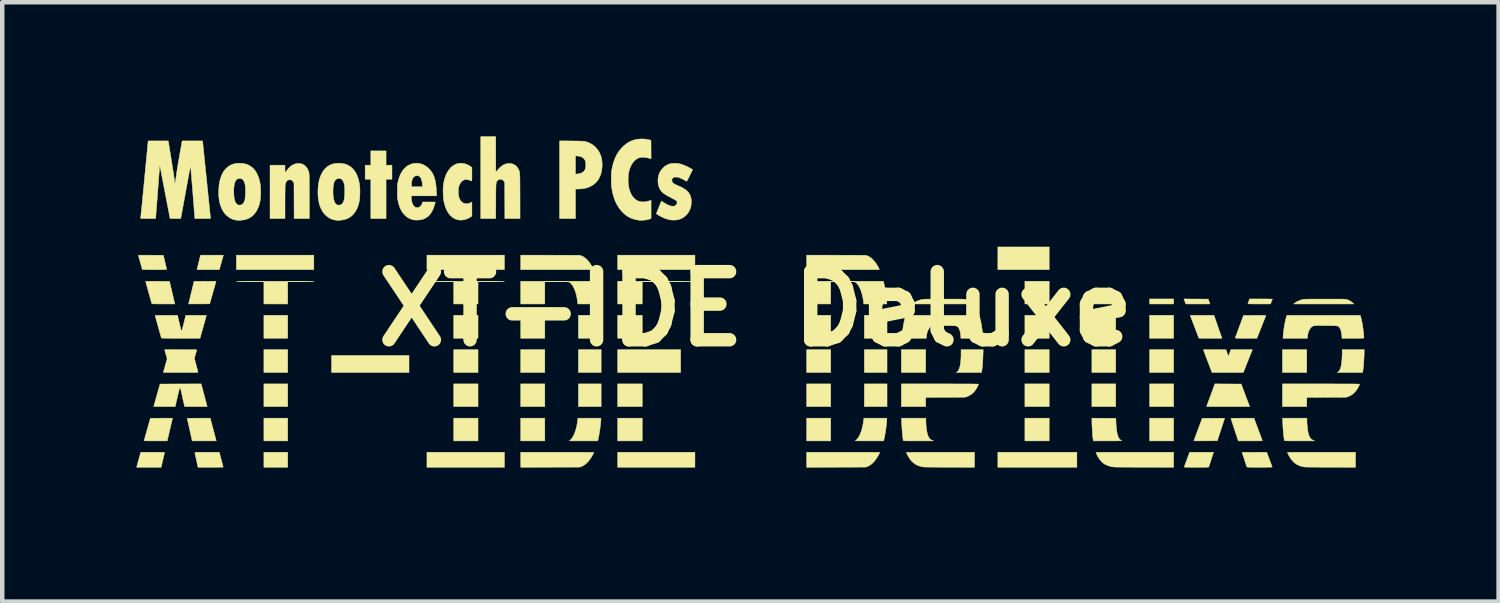
<source format=kicad_pcb>
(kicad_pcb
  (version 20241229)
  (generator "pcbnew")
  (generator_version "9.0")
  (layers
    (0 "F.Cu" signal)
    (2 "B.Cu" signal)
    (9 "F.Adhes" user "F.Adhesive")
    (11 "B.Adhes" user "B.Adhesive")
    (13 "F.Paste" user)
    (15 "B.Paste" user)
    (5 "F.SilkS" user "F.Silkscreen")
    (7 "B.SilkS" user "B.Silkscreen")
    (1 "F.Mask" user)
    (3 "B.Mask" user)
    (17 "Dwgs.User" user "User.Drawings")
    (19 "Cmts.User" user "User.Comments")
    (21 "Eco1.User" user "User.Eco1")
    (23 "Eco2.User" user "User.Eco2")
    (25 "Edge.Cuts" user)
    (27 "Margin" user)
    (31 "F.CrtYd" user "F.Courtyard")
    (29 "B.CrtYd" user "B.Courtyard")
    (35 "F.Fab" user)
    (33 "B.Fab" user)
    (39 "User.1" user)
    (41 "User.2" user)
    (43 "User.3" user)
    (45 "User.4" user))
  (footprint "XT-IDE Deluxe"
    (layer "F.Cu")
    (at 13.851 3.861)
    (property "Reference" "XT-IDE Deluxe" (at 0 0 0) (layer "F.SilkS") (effects (font (size 1.524 1.524) (thickness 0.3))))
    (attr through_hole)
    (fp_poly (pts (xy -10.465 0.655) (xy -10.998 0.655) (xy -10.998 0.142) (xy -10.465 0.142) (xy -10.465 0.655)) (stroke (width 0.01) (type solid)) (fill yes) (layer "F.SilkS"))
    (fp_poly (pts (xy -10.465 1.422) (xy -10.998 1.422) (xy -10.998 0.909) (xy -10.465 0.909) (xy -10.465 1.422)) (stroke (width 0.01) (type solid)) (fill yes) (layer "F.SilkS"))
    (fp_poly (pts (xy -10.465 2.184) (xy -10.998 2.184) (xy -10.998 1.676) (xy -10.465 1.676) (xy -10.465 2.184)) (stroke (width 0.01) (type solid)) (fill yes) (layer "F.SilkS"))
    (fp_poly (pts (xy -10.465 2.951) (xy -10.998 2.951) (xy -10.998 2.443) (xy -10.465 2.443) (xy -10.465 2.951)) (stroke (width 0.01) (type solid)) (fill yes) (layer "F.SilkS"))
    (fp_poly (pts (xy -10.465 3.541) (xy -10.998 3.541) (xy -10.998 3.205) (xy -10.465 3.205) (xy -10.465 3.541)) (stroke (width 0.01) (type solid)) (fill yes) (layer "F.SilkS"))
    (fp_poly (pts (xy -9.881 -0.879) (xy -11.613 -0.879) (xy -11.613 -1.204) (xy -9.881 -1.204) (xy -9.881 -0.879)) (stroke (width 0.01) (type solid)) (fill yes) (layer "F.SilkS"))
    (fp_poly (pts (xy -7.752 1.422) (xy -9.484 1.422) (xy -9.484 1.041) (xy -7.752 1.041) (xy -7.752 1.422)) (stroke (width 0.01) (type solid)) (fill yes) (layer "F.SilkS"))
    (fp_poly (pts (xy -6.208 0.655) (xy -6.751 0.655) (xy -6.751 0.142) (xy -6.208 0.142) (xy -6.208 0.655)) (stroke (width 0.01) (type solid)) (fill yes) (layer "F.SilkS"))
    (fp_poly (pts (xy -6.208 1.422) (xy -6.751 1.422) (xy -6.751 0.909) (xy -6.208 0.909) (xy -6.208 1.422)) (stroke (width 0.01) (type solid)) (fill yes) (layer "F.SilkS"))
    (fp_poly (pts (xy -6.208 2.184) (xy -6.751 2.184) (xy -6.751 1.676) (xy -6.208 1.676) (xy -6.208 2.184)) (stroke (width 0.01) (type solid)) (fill yes) (layer "F.SilkS"))
    (fp_poly (pts (xy -6.208 2.951) (xy -6.751 2.951) (xy -6.751 2.443) (xy -6.208 2.443) (xy -6.208 2.951)) (stroke (width 0.01) (type solid)) (fill yes) (layer "F.SilkS"))
    (fp_poly (pts (xy -5.618 -0.879) (xy -7.351 -0.879) (xy -7.351 -1.204) (xy -5.618 -1.204) (xy -5.618 -0.879)) (stroke (width 0.01) (type solid)) (fill yes) (layer "F.SilkS"))
    (fp_poly (pts (xy -5.618 3.541) (xy -7.351 3.541) (xy -7.351 3.205) (xy -5.618 3.205) (xy -5.618 3.541)) (stroke (width 0.01) (type solid)) (fill yes) (layer "F.SilkS"))
    (fp_poly (pts (xy -4.714 0.655) (xy -5.253 0.655) (xy -5.253 0.142) (xy -4.714 0.142) (xy -4.714 0.655)) (stroke (width 0.01) (type solid)) (fill yes) (layer "F.SilkS"))
    (fp_poly (pts (xy -4.714 1.422) (xy -5.253 1.422) (xy -5.253 0.909) (xy -4.714 0.909) (xy -4.714 1.422)) (stroke (width 0.01) (type solid)) (fill yes) (layer "F.SilkS"))
    (fp_poly (pts (xy -4.714 2.184) (xy -5.253 2.184) (xy -5.253 1.676) (xy -4.714 1.676) (xy -4.714 2.184)) (stroke (width 0.01) (type solid)) (fill yes) (layer "F.SilkS"))
    (fp_poly (pts (xy -4.714 2.951) (xy -5.253 2.951) (xy -5.253 2.443) (xy -4.714 2.443) (xy -4.714 2.951)) (stroke (width 0.01) (type solid)) (fill yes) (layer "F.SilkS"))
    (fp_poly (pts (xy -3.454 0.655) (xy -3.962 0.655) (xy -3.962 0.142) (xy -3.454 0.142) (xy -3.454 0.655)) (stroke (width 0.01) (type solid)) (fill yes) (layer "F.SilkS"))
    (fp_poly (pts (xy -3.454 1.422) (xy -3.962 1.422) (xy -3.962 0.909) (xy -3.454 0.909) (xy -3.454 1.422)) (stroke (width 0.01) (type solid)) (fill yes) (layer "F.SilkS"))
    (fp_poly (pts (xy -3.454 2.184) (xy -3.962 2.184) (xy -3.962 1.676) (xy -3.454 1.676) (xy -3.454 2.184)) (stroke (width 0.01) (type solid)) (fill yes) (layer "F.SilkS"))
    (fp_poly (pts (xy -2.535 0.655) (xy -3.084 0.655) (xy -3.084 0.142) (xy -2.535 0.142) (xy -2.535 0.655)) (stroke (width 0.01) (type solid)) (fill yes) (layer "F.SilkS"))
    (fp_poly (pts (xy -2.535 2.184) (xy -3.084 2.184) (xy -3.084 1.676) (xy -2.535 1.676) (xy -2.535 2.184)) (stroke (width 0.01) (type solid)) (fill yes) (layer "F.SilkS"))
    (fp_poly (pts (xy -2.535 2.951) (xy -3.084 2.951) (xy -3.084 2.443) (xy -2.535 2.443) (xy -2.535 2.951)) (stroke (width 0.01) (type solid)) (fill yes) (layer "F.SilkS"))
    (fp_poly (pts (xy -1.676 1.422) (xy -3.084 1.422) (xy -3.084 0.909) (xy -1.676 0.909) (xy -1.676 1.422)) (stroke (width 0.01) (type solid)) (fill yes) (layer "F.SilkS"))
    (fp_poly (pts (xy -1.356 -0.879) (xy -3.084 -0.879) (xy -3.084 -1.204) (xy -1.356 -1.204) (xy -1.356 -0.879)) (stroke (width 0.01) (type solid)) (fill yes) (layer "F.SilkS"))
    (fp_poly (pts (xy -1.356 3.541) (xy -3.084 3.541) (xy -3.084 3.205) (xy -1.356 3.205) (xy -1.356 3.541)) (stroke (width 0.01) (type solid)) (fill yes) (layer "F.SilkS"))
    (fp_poly (pts (xy 1.681 0.655) (xy 1.143 0.655) (xy 1.143 0.142) (xy 1.681 0.142) (xy 1.681 0.655)) (stroke (width 0.01) (type solid)) (fill yes) (layer "F.SilkS"))
    (fp_poly (pts (xy 1.681 1.422) (xy 1.143 1.422) (xy 1.143 0.909) (xy 1.681 0.909) (xy 1.681 1.422)) (stroke (width 0.01) (type solid)) (fill yes) (layer "F.SilkS"))
    (fp_poly (pts (xy 1.681 2.184) (xy 1.143 2.184) (xy 1.143 1.676) (xy 1.681 1.676) (xy 1.681 2.184)) (stroke (width 0.01) (type solid)) (fill yes) (layer "F.SilkS"))
    (fp_poly (pts (xy 1.681 2.951) (xy 1.143 2.951) (xy 1.143 2.443) (xy 1.681 2.443) (xy 1.681 2.951)) (stroke (width 0.01) (type solid)) (fill yes) (layer "F.SilkS"))
    (fp_poly (pts (xy 2.941 0.655) (xy 2.433 0.655) (xy 2.433 0.142) (xy 2.941 0.142) (xy 2.941 0.655)) (stroke (width 0.01) (type solid)) (fill yes) (layer "F.SilkS"))
    (fp_poly (pts (xy 2.941 1.422) (xy 2.433 1.422) (xy 2.433 0.909) (xy 2.941 0.909) (xy 2.941 1.422)) (stroke (width 0.01) (type solid)) (fill yes) (layer "F.SilkS"))
    (fp_poly (pts (xy 2.941 2.184) (xy 2.433 2.184) (xy 2.433 1.676) (xy 2.941 1.676) (xy 2.941 2.184)) (stroke (width 0.01) (type solid)) (fill yes) (layer "F.SilkS"))
    (fp_poly (pts (xy 3.805 1.422) (xy 3.261 1.422) (xy 3.261 0.909) (xy 3.805 0.909) (xy 3.805 1.422)) (stroke (width 0.01) (type solid)) (fill yes) (layer "F.SilkS"))
    (fp_poly (pts (xy 6.568 -0.879) (xy 5.42 -0.879) (xy 5.42 -1.387) (xy 6.568 -1.387) (xy 6.568 -0.879)) (stroke (width 0.01) (type solid)) (fill yes) (layer "F.SilkS"))
    (fp_poly (pts (xy 6.568 -0.112) (xy 6.025 -0.112) (xy 6.025 -0.62) (xy 6.568 -0.62) (xy 6.568 -0.112)) (stroke (width 0.01) (type solid)) (fill yes) (layer "F.SilkS"))
    (fp_poly (pts (xy 6.568 0.655) (xy 6.025 0.655) (xy 6.025 0.142) (xy 6.568 0.142) (xy 6.568 0.655)) (stroke (width 0.01) (type solid)) (fill yes) (layer "F.SilkS"))
    (fp_poly (pts (xy 6.568 1.422) (xy 6.025 1.422) (xy 6.025 0.909) (xy 6.568 0.909) (xy 6.568 1.422)) (stroke (width 0.01) (type solid)) (fill yes) (layer "F.SilkS"))
    (fp_poly (pts (xy 6.568 2.184) (xy 6.025 2.184) (xy 6.025 1.676) (xy 6.568 1.676) (xy 6.568 2.184)) (stroke (width 0.01) (type solid)) (fill yes) (layer "F.SilkS"))
    (fp_poly (pts (xy 6.568 2.951) (xy 6.025 2.951) (xy 6.025 2.443) (xy 6.568 2.443) (xy 6.568 2.951)) (stroke (width 0.01) (type solid)) (fill yes) (layer "F.SilkS"))
    (fp_poly (pts (xy 7.188 3.541) (xy 5.42 3.541) (xy 5.42 3.205) (xy 7.188 3.205) (xy 7.188 3.541)) (stroke (width 0.01) (type solid)) (fill yes) (layer "F.SilkS"))
    (fp_poly (pts (xy 8.057 -0.112) (xy 7.523 -0.112) (xy 7.523 -0.224) (xy 8.057 -0.224) (xy 8.057 -0.112)) (stroke (width 0.01) (type solid)) (fill yes) (layer "F.SilkS"))
    (fp_poly (pts (xy 8.057 0.655) (xy 7.523 0.655) (xy 7.523 0.142) (xy 8.057 0.142) (xy 8.057 0.655)) (stroke (width 0.01) (type solid)) (fill yes) (layer "F.SilkS"))
    (fp_poly (pts (xy 8.057 1.422) (xy 7.523 1.422) (xy 7.523 0.909) (xy 8.057 0.909) (xy 8.057 1.422)) (stroke (width 0.01) (type solid)) (fill yes) (layer "F.SilkS"))
    (fp_poly (pts (xy 8.057 2.184) (xy 7.523 2.184) (xy 7.523 1.676) (xy 8.057 1.676) (xy 8.057 2.184)) (stroke (width 0.01) (type solid)) (fill yes) (layer "F.SilkS"))
    (fp_poly (pts (xy 9.352 -0.112) (xy 8.814 -0.112) (xy 8.814 -0.224) (xy 9.352 -0.224) (xy 9.352 -0.112)) (stroke (width 0.01) (type solid)) (fill yes) (layer "F.SilkS"))
    (fp_poly (pts (xy 9.352 0.655) (xy 8.814 0.655) (xy 8.814 0.142) (xy 9.352 0.142) (xy 9.352 0.655)) (stroke (width 0.01) (type solid)) (fill yes) (layer "F.SilkS"))
    (fp_poly (pts (xy 9.352 1.422) (xy 8.814 1.422) (xy 8.814 0.909) (xy 9.352 0.909) (xy 9.352 1.422)) (stroke (width 0.01) (type solid)) (fill yes) (layer "F.SilkS"))
    (fp_poly (pts (xy 9.352 2.184) (xy 8.814 2.184) (xy 8.814 1.676) (xy 9.352 1.676) (xy 9.352 2.184)) (stroke (width 0.01) (type solid)) (fill yes) (layer "F.SilkS"))
    (fp_poly (pts (xy 9.352 2.951) (xy 8.814 2.951) (xy 8.814 2.443) (xy 9.352 2.443) (xy 9.352 2.951)) (stroke (width 0.01) (type solid)) (fill yes) (layer "F.SilkS"))
    (fp_poly (pts (xy 12.329 1.422) (xy 11.786 1.422) (xy 11.786 0.909) (xy 12.329 0.909) (xy 12.329 1.422)) (stroke (width 0.01) (type solid)) (fill yes) (layer "F.SilkS"))
    (fp_poly (pts (xy 9.854 -0.222) (xy 10.126 -0.221) (xy 10.145 -0.166) (xy 10.165 -0.112) (xy 9.894 -0.112) (xy 9.624 -0.112) (xy 9.603 -0.168) (xy 9.582 -0.224) (xy 9.854 -0.222)) (stroke (width 0.01) (type solid)) (fill yes) (layer "F.SilkS"))
    (fp_poly (pts (xy -8.265 -3.216) (xy -8.133 -3.216) (xy -8.133 -2.901) (xy -8.265 -2.901) (xy -8.265 -2.022) (xy -8.606 -2.022) (xy -8.606 -2.901) (xy -8.733 -2.901) (xy -8.733 -3.216) (xy -8.606 -3.216) (xy -8.606 -3.536) (xy -8.265 -3.536) (xy -8.265 -3.216)) (stroke (width 0.01) (type solid)) (fill yes) (layer "F.SilkS"))
    (fp_poly (pts (xy -4.591 -1.203) (xy -3.929 -1.201) (xy -3.898 -1.19) (xy -3.85 -1.167) (xy -3.805 -1.135) (xy -3.761 -1.094) (xy -3.719 -1.043) (xy -3.717 -1.041) (xy -3.704 -1.022) (xy -3.689 -0.999) (xy -3.673 -0.973) (xy -3.658 -0.948) (xy -3.645 -0.924) (xy -3.635 -0.904) (xy -3.63 -0.891) (xy -3.63 -0.89) (xy -3.626 -0.879) (xy -5.253 -0.879) (xy -5.253 -1.204) (xy -4.591 -1.203)) (stroke (width 0.01) (type solid)) (fill yes) (layer "F.SilkS"))
    (fp_poly (pts (xy 1.805 -1.203) (xy 2.466 -1.201) (xy 2.498 -1.19) (xy 2.545 -1.167) (xy 2.591 -1.135) (xy 2.634 -1.094) (xy 2.677 -1.043) (xy 2.678 -1.041) (xy 2.692 -1.022) (xy 2.707 -0.999) (xy 2.722 -0.973) (xy 2.737 -0.948) (xy 2.75 -0.924) (xy 2.76 -0.904) (xy 2.766 -0.891) (xy 2.766 -0.89) (xy 2.769 -0.879) (xy 1.143 -0.879) (xy 1.143 -1.204) (xy 1.805 -1.203)) (stroke (width 0.01) (type solid)) (fill yes) (layer "F.SilkS"))
    (fp_poly (pts (xy -12.072 -0.606) (xy -12.074 -0.598) (xy -12.079 -0.582) (xy -12.086 -0.558) (xy -12.094 -0.527) (xy -12.104 -0.49) (xy -12.116 -0.449) (xy -12.129 -0.404) (xy -12.142 -0.356) (xy -12.143 -0.353) (xy -12.21 -0.114) (xy -12.447 -0.113) (xy -12.683 -0.112) (xy -12.656 -0.222) (xy -12.647 -0.259) (xy -12.637 -0.302) (xy -12.625 -0.35) (xy -12.613 -0.399) (xy -12.602 -0.446) (xy -12.595 -0.475) (xy -12.56 -0.617) (xy -12.315 -0.619) (xy -12.069 -0.62) (xy -12.072 -0.606)) (stroke (width 0.01) (type solid)) (fill yes) (layer "F.SilkS"))
    (fp_poly (pts (xy 5.088 1.03) (xy 5.086 1.085) (xy 5.084 1.14) (xy 5.08 1.195) (xy 5.076 1.248) (xy 5.072 1.297) (xy 5.067 1.34) (xy 5.063 1.377) (xy 5.058 1.406) (xy 5.057 1.411) (xy 5.054 1.422) (xy 4.488 1.422) (xy 4.504 1.412) (xy 4.526 1.392) (xy 4.545 1.363) (xy 4.56 1.325) (xy 4.574 1.277) (xy 4.584 1.219) (xy 4.591 1.153) (xy 4.596 1.077) (xy 4.597 0.993) (xy 4.597 0.989) (xy 4.597 0.909) (xy 5.092 0.909) (xy 5.088 1.03)) (stroke (width 0.01) (type solid)) (fill yes) (layer "F.SilkS"))
    (fp_poly (pts (xy 13.613 1.03) (xy 13.611 1.085) (xy 13.608 1.14) (xy 13.605 1.195) (xy 13.601 1.248) (xy 13.596 1.297) (xy 13.592 1.34) (xy 13.587 1.377) (xy 13.582 1.406) (xy 13.581 1.411) (xy 13.579 1.422) (xy 13.012 1.422) (xy 13.029 1.412) (xy 13.05 1.392) (xy 13.069 1.363) (xy 13.085 1.325) (xy 13.098 1.277) (xy 13.108 1.219) (xy 13.115 1.153) (xy 13.12 1.077) (xy 13.122 0.993) (xy 13.122 0.989) (xy 13.122 0.909) (xy 13.616 0.909) (xy 13.613 1.03)) (stroke (width 0.01) (type solid)) (fill yes) (layer "F.SilkS"))
    (fp_poly (pts (xy -11.923 -1.134) (xy -11.932 -1.105) (xy -11.942 -1.069) (xy -11.952 -1.031) (xy -11.963 -0.993) (xy -11.969 -0.972) (xy -11.995 -0.879) (xy -12.495 -0.879) (xy -12.456 -1.04) (xy -12.446 -1.079) (xy -12.437 -1.115) (xy -12.43 -1.146) (xy -12.423 -1.171) (xy -12.419 -1.19) (xy -12.416 -1.201) (xy -12.416 -1.203) (xy -12.411 -1.203) (xy -12.397 -1.203) (xy -12.374 -1.203) (xy -12.345 -1.204) (xy -12.309 -1.204) (xy -12.267 -1.204) (xy -12.221 -1.204) (xy -12.172 -1.204) (xy -12.16 -1.204) (xy -11.904 -1.204) (xy -11.923 -1.134)) (stroke (width 0.01) (type solid)) (fill yes) (layer "F.SilkS"))
    (fp_poly (pts (xy 10.569 1.678) (xy 10.863 1.679) (xy 10.958 1.932) (xy 11.053 2.184) (xy 10.571 2.184) (xy 10.502 2.184) (xy 10.436 2.184) (xy 10.373 2.184) (xy 10.315 2.184) (xy 10.262 2.184) (xy 10.215 2.183) (xy 10.174 2.183) (xy 10.141 2.183) (xy 10.115 2.182) (xy 10.097 2.182) (xy 10.089 2.181) (xy 10.089 2.181) (xy 10.091 2.176) (xy 10.096 2.162) (xy 10.103 2.14) (xy 10.114 2.112) (xy 10.126 2.078) (xy 10.141 2.038) (xy 10.157 1.994) (xy 10.174 1.948) (xy 10.182 1.927) (xy 10.274 1.676) (xy 10.569 1.678)) (stroke (width 0.01) (type solid)) (fill yes) (layer "F.SilkS"))
    (fp_poly (pts (xy -13.423 3.206) (xy -13.372 3.206) (xy -13.329 3.206) (xy -13.294 3.206) (xy -13.267 3.207) (xy -13.247 3.208) (xy -13.232 3.209) (xy -13.224 3.21) (xy -13.22 3.211) (xy -13.219 3.212) (xy -13.221 3.218) (xy -13.225 3.233) (xy -13.23 3.256) (xy -13.237 3.284) (xy -13.245 3.318) (xy -13.253 3.356) (xy -13.259 3.379) (xy -13.296 3.541) (xy -13.846 3.541) (xy -13.807 3.4) (xy -13.796 3.362) (xy -13.786 3.326) (xy -13.777 3.294) (xy -13.769 3.267) (xy -13.763 3.246) (xy -13.759 3.233) (xy -13.759 3.232) (xy -13.751 3.205) (xy -13.484 3.205) (xy -13.423 3.206)) (stroke (width 0.01) (type solid)) (fill yes) (layer "F.SilkS"))
    (fp_poly (pts (xy -2.094 -0.62) (xy -1.978 -0.62) (xy -1.871 -0.619) (xy -1.775 -0.619) (xy -1.688 -0.619) (xy -1.612 -0.619) (xy -1.545 -0.618) (xy -1.489 -0.618) (xy -1.442 -0.617) (xy -1.406 -0.617) (xy -1.379 -0.616) (xy -1.363 -0.616) (xy -1.356 -0.615) (xy -1.356 -0.615) (xy -1.361 -0.614) (xy -1.377 -0.613) (xy -1.402 -0.612) (xy -1.437 -0.612) (xy -1.482 -0.611) (xy -1.538 -0.611) (xy -1.603 -0.61) (xy -1.677 -0.61) (xy -1.762 -0.61) (xy -1.856 -0.61) (xy -1.946 -0.61) (xy -2.535 -0.61) (xy -2.535 -0.112) (xy -3.084 -0.112) (xy -3.084 -0.62) (xy -2.22 -0.62) (xy -2.094 -0.62)) (stroke (width 0.01) (type solid)) (fill yes) (layer "F.SilkS"))
    (fp_poly (pts (xy 11.357 -0.223) (xy 11.403 -0.223) (xy 11.446 -0.223) (xy 11.483 -0.222) (xy 11.514 -0.222) (xy 11.538 -0.221) (xy 11.554 -0.22) (xy 11.561 -0.219) (xy 11.561 -0.219) (xy 11.559 -0.213) (xy 11.553 -0.199) (xy 11.546 -0.181) (xy 11.539 -0.163) (xy 11.519 -0.112) (xy 11.266 -0.112) (xy 11.217 -0.112) (xy 11.17 -0.112) (xy 11.128 -0.112) (xy 11.091 -0.113) (xy 11.06 -0.113) (xy 11.036 -0.114) (xy 11.02 -0.115) (xy 11.014 -0.115) (xy 11.013 -0.116) (xy 11.015 -0.122) (xy 11.019 -0.135) (xy 11.026 -0.154) (xy 11.032 -0.171) (xy 11.051 -0.224) (xy 11.307 -0.224) (xy 11.357 -0.223)) (stroke (width 0.01) (type solid)) (fill yes) (layer "F.SilkS"))
    (fp_poly (pts (xy -4.345 3.205) (xy -4.257 3.206) (xy -4.173 3.206) (xy -4.092 3.206) (xy -4.017 3.206) (xy -3.946 3.206) (xy -3.88 3.206) (xy -3.821 3.206) (xy -3.768 3.207) (xy -3.722 3.207) (xy -3.683 3.207) (xy -3.653 3.207) (xy -3.632 3.208) (xy -3.62 3.208) (xy -3.617 3.208) (xy -3.619 3.216) (xy -3.626 3.23) (xy -3.636 3.249) (xy -3.648 3.271) (xy -3.661 3.295) (xy -3.674 3.317) (xy -3.687 3.337) (xy -3.692 3.346) (xy -3.732 3.399) (xy -3.774 3.444) (xy -3.817 3.482) (xy -3.862 3.51) (xy -3.9 3.527) (xy -3.934 3.538) (xy -4.594 3.54) (xy -5.253 3.541) (xy -5.253 3.205) (xy -4.435 3.205) (xy -4.345 3.205)) (stroke (width 0.01) (type solid)) (fill yes) (layer "F.SilkS"))
    (fp_poly (pts (xy 2.051 3.205) (xy 2.139 3.206) (xy 2.223 3.206) (xy 2.303 3.206) (xy 2.379 3.206) (xy 2.45 3.206) (xy 2.516 3.206) (xy 2.575 3.206) (xy 2.628 3.207) (xy 2.674 3.207) (xy 2.712 3.207) (xy 2.742 3.207) (xy 2.764 3.208) (xy 2.776 3.208) (xy 2.779 3.208) (xy 2.776 3.216) (xy 2.77 3.23) (xy 2.76 3.249) (xy 2.748 3.271) (xy 2.735 3.295) (xy 2.721 3.317) (xy 2.709 3.337) (xy 2.703 3.346) (xy 2.664 3.399) (xy 2.622 3.444) (xy 2.578 3.482) (xy 2.534 3.51) (xy 2.495 3.527) (xy 2.461 3.538) (xy 1.802 3.54) (xy 1.143 3.541) (xy 1.143 3.205) (xy 1.961 3.205) (xy 2.051 3.205)) (stroke (width 0.01) (type solid)) (fill yes) (layer "F.SilkS"))
    (fp_poly (pts (xy -3.531 -0.601) (xy -3.519 -0.55) (xy -3.507 -0.491) (xy -3.496 -0.427) (xy -3.485 -0.359) (xy -3.476 -0.29) (xy -3.468 -0.222) (xy -3.462 -0.158) (xy -3.462 -0.156) (xy -3.458 -0.112) (xy -3.975 -0.112) (xy -3.982 -0.164) (xy -3.992 -0.233) (xy -4.006 -0.299) (xy -4.022 -0.361) (xy -4.041 -0.418) (xy -4.063 -0.469) (xy -4.086 -0.513) (xy -4.112 -0.55) (xy -4.138 -0.579) (xy -4.165 -0.598) (xy -4.174 -0.603) (xy -4.18 -0.604) (xy -4.189 -0.606) (xy -4.202 -0.607) (xy -4.22 -0.608) (xy -4.245 -0.608) (xy -4.275 -0.609) (xy -4.313 -0.609) (xy -4.359 -0.609) (xy -4.415 -0.61) (xy -4.452 -0.61) (xy -4.714 -0.61) (xy -4.714 -0.112) (xy -5.253 -0.112) (xy -5.253 -0.62) (xy -3.536 -0.62) (xy -3.531 -0.601)) (stroke (width 0.01) (type solid)) (fill yes) (layer "F.SilkS"))
    (fp_poly (pts (xy 2.865 -0.601) (xy 2.877 -0.55) (xy 2.889 -0.491) (xy 2.9 -0.427) (xy 2.911 -0.359) (xy 2.92 -0.29) (xy 2.928 -0.222) (xy 2.934 -0.158) (xy 2.934 -0.156) (xy 2.937 -0.112) (xy 2.42 -0.112) (xy 2.414 -0.164) (xy 2.404 -0.233) (xy 2.39 -0.299) (xy 2.374 -0.361) (xy 2.354 -0.418) (xy 2.333 -0.469) (xy 2.309 -0.513) (xy 2.284 -0.55) (xy 2.258 -0.579) (xy 2.231 -0.598) (xy 2.222 -0.603) (xy 2.216 -0.604) (xy 2.207 -0.606) (xy 2.194 -0.607) (xy 2.175 -0.608) (xy 2.151 -0.608) (xy 2.12 -0.609) (xy 2.082 -0.609) (xy 2.036 -0.609) (xy 1.981 -0.61) (xy 1.943 -0.61) (xy 1.681 -0.61) (xy 1.681 -0.112) (xy 1.143 -0.112) (xy 1.143 -0.62) (xy 2.86 -0.62) (xy 2.865 -0.601)) (stroke (width 0.01) (type solid)) (fill yes) (layer "F.SilkS"))
    (fp_poly (pts (xy 4.239 1.676) (xy 4.343 1.676) (xy 4.437 1.677) (xy 4.522 1.677) (xy 4.599 1.677) (xy 4.668 1.677) (xy 4.729 1.677) (xy 4.782 1.677) (xy 4.828 1.678) (xy 4.868 1.678) (xy 4.901 1.679) (xy 4.928 1.679) (xy 4.95 1.68) (xy 4.966 1.68) (xy 4.978 1.681) (xy 4.985 1.682) (xy 4.988 1.682) (xy 4.988 1.683) (xy 4.986 1.691) (xy 4.979 1.706) (xy 4.97 1.726) (xy 4.959 1.748) (xy 4.947 1.77) (xy 4.935 1.79) (xy 4.925 1.806) (xy 4.888 1.854) (xy 4.844 1.896) (xy 4.796 1.93) (xy 4.745 1.955) (xy 4.732 1.96) (xy 4.691 1.974) (xy 3.807 1.979) (xy 3.806 2.082) (xy 3.805 2.184) (xy 3.261 2.184) (xy 3.261 1.676) (xy 4.125 1.676) (xy 4.239 1.676)) (stroke (width 0.01) (type solid)) (fill yes) (layer "F.SilkS"))
    (fp_poly (pts (xy 12.763 1.676) (xy 12.867 1.676) (xy 12.961 1.677) (xy 13.047 1.677) (xy 13.124 1.677) (xy 13.192 1.677) (xy 13.253 1.677) (xy 13.306 1.677) (xy 13.352 1.678) (xy 13.392 1.678) (xy 13.425 1.679) (xy 13.452 1.679) (xy 13.474 1.68) (xy 13.49 1.68) (xy 13.502 1.681) (xy 13.509 1.682) (xy 13.512 1.682) (xy 13.513 1.683) (xy 13.51 1.691) (xy 13.504 1.706) (xy 13.494 1.726) (xy 13.483 1.748) (xy 13.471 1.77) (xy 13.459 1.79) (xy 13.449 1.806) (xy 13.412 1.854) (xy 13.368 1.896) (xy 13.321 1.93) (xy 13.27 1.955) (xy 13.256 1.96) (xy 13.216 1.974) (xy 12.332 1.979) (xy 12.33 2.082) (xy 12.329 2.184) (xy 11.786 2.184) (xy 11.786 1.676) (xy 12.649 1.676) (xy 12.763 1.676)) (stroke (width 0.01) (type solid)) (fill yes) (layer "F.SilkS"))
    (fp_poly (pts (xy 8.059 2.446) (xy 8.061 2.492) (xy 8.062 2.534) (xy 8.065 2.58) (xy 8.068 2.628) (xy 8.072 2.673) (xy 8.077 2.714) (xy 8.082 2.748) (xy 8.082 2.751) (xy 8.094 2.805) (xy 8.107 2.849) (xy 8.124 2.885) (xy 8.144 2.913) (xy 8.167 2.934) (xy 8.186 2.944) (xy 8.188 2.946) (xy 8.187 2.947) (xy 8.181 2.948) (xy 8.17 2.949) (xy 8.154 2.949) (xy 8.132 2.95) (xy 8.103 2.95) (xy 8.067 2.951) (xy 8.023 2.951) (xy 7.97 2.951) (xy 7.908 2.951) (xy 7.878 2.951) (xy 7.555 2.951) (xy 7.55 2.912) (xy 7.544 2.869) (xy 7.539 2.819) (xy 7.535 2.763) (xy 7.531 2.705) (xy 7.528 2.646) (xy 7.525 2.59) (xy 7.524 2.538) (xy 7.524 2.511) (xy 7.523 2.443) (xy 8.059 2.446)) (stroke (width 0.01) (type solid)) (fill yes) (layer "F.SilkS"))
    (fp_poly (pts (xy -12.193 2.463) (xy -12.19 2.471) (xy -12.186 2.489) (xy -12.179 2.514) (xy -12.171 2.546) (xy -12.161 2.583) (xy -12.15 2.624) (xy -12.138 2.669) (xy -12.129 2.703) (xy -12.117 2.749) (xy -12.105 2.792) (xy -12.095 2.832) (xy -12.086 2.867) (xy -12.078 2.896) (xy -12.072 2.918) (xy -12.069 2.933) (xy -12.067 2.938) (xy -12.064 2.951) (xy -12.602 2.951) (xy -12.657 2.704) (xy -12.668 2.655) (xy -12.678 2.609) (xy -12.687 2.567) (xy -12.695 2.53) (xy -12.703 2.499) (xy -12.708 2.475) (xy -12.712 2.458) (xy -12.714 2.45) (xy -12.714 2.45) (xy -12.713 2.448) (xy -12.707 2.447) (xy -12.696 2.446) (xy -12.679 2.445) (xy -12.656 2.445) (xy -12.626 2.444) (xy -12.588 2.444) (xy -12.542 2.444) (xy -12.486 2.443) (xy -12.457 2.443) (xy -12.197 2.443) (xy -12.193 2.463)) (stroke (width 0.01) (type solid)) (fill yes) (layer "F.SilkS"))
    (fp_poly (pts (xy 10.189 2.445) (xy 10.238 2.445) (xy 10.244 2.445) (xy 10.493 2.446) (xy 10.411 2.697) (xy 10.329 2.949) (xy 10.067 2.95) (xy 10.016 2.95) (xy 9.969 2.951) (xy 9.926 2.951) (xy 9.888 2.951) (xy 9.856 2.951) (xy 9.83 2.95) (xy 9.813 2.95) (xy 9.805 2.95) (xy 9.804 2.95) (xy 9.806 2.944) (xy 9.811 2.931) (xy 9.819 2.909) (xy 9.829 2.882) (xy 9.841 2.849) (xy 9.854 2.813) (xy 9.869 2.773) (xy 9.884 2.731) (xy 9.9 2.689) (xy 9.916 2.647) (xy 9.931 2.606) (xy 9.946 2.567) (xy 9.959 2.532) (xy 9.97 2.502) (xy 9.98 2.477) (xy 9.987 2.459) (xy 9.991 2.449) (xy 9.992 2.447) (xy 9.997 2.447) (xy 10.012 2.446) (xy 10.035 2.445) (xy 10.065 2.445) (xy 10.102 2.445) (xy 10.144 2.444) (xy 10.189 2.445)) (stroke (width 0.01) (type solid)) (fill yes) (layer "F.SilkS"))
    (fp_poly (pts (xy -13.101 2.697) (xy -13.16 2.951) (xy -13.421 2.951) (xy -13.48 2.951) (xy -13.53 2.951) (xy -13.571 2.951) (xy -13.605 2.951) (xy -13.631 2.95) (xy -13.65 2.95) (xy -13.664 2.949) (xy -13.673 2.948) (xy -13.678 2.946) (xy -13.679 2.945) (xy -13.679 2.945) (xy -13.677 2.938) (xy -13.673 2.924) (xy -13.666 2.902) (xy -13.658 2.873) (xy -13.649 2.84) (xy -13.638 2.802) (xy -13.627 2.762) (xy -13.615 2.719) (xy -13.603 2.677) (xy -13.591 2.634) (xy -13.579 2.593) (xy -13.569 2.555) (xy -13.559 2.521) (xy -13.551 2.492) (xy -13.544 2.469) (xy -13.54 2.454) (xy -13.538 2.446) (xy -13.538 2.446) (xy -13.533 2.445) (xy -13.519 2.445) (xy -13.497 2.445) (xy -13.467 2.444) (xy -13.431 2.444) (xy -13.39 2.444) (xy -13.345 2.444) (xy -13.296 2.443) (xy -13.042 2.443) (xy -13.101 2.697)) (stroke (width 0.01) (type solid)) (fill yes) (layer "F.SilkS"))
    (fp_poly (pts (xy 3.81 2.493) (xy 3.811 2.548) (xy 3.814 2.604) (xy 3.82 2.659) (xy 3.826 2.711) (xy 3.835 2.758) (xy 3.844 2.798) (xy 3.849 2.814) (xy 3.866 2.856) (xy 3.885 2.889) (xy 3.909 2.915) (xy 3.938 2.933) (xy 3.95 2.939) (xy 3.98 2.951) (xy 3.644 2.951) (xy 3.577 2.951) (xy 3.52 2.951) (xy 3.471 2.951) (xy 3.431 2.951) (xy 3.397 2.951) (xy 3.37 2.95) (xy 3.349 2.95) (xy 3.333 2.949) (xy 3.322 2.948) (xy 3.314 2.947) (xy 3.309 2.946) (xy 3.306 2.945) (xy 3.305 2.943) (xy 3.305 2.943) (xy 3.301 2.926) (xy 3.297 2.901) (xy 3.293 2.869) (xy 3.289 2.831) (xy 3.285 2.789) (xy 3.281 2.743) (xy 3.277 2.696) (xy 3.274 2.648) (xy 3.271 2.602) (xy 3.269 2.559) (xy 3.268 2.544) (xy 3.265 2.443) (xy 3.81 2.443) (xy 3.81 2.493)) (stroke (width 0.01) (type solid)) (fill yes) (layer "F.SilkS"))
    (fp_poly (pts (xy 4.897 3.541) (xy 4.345 3.54) (xy 4.27 3.54) (xy 4.197 3.54) (xy 4.128 3.54) (xy 4.062 3.539) (xy 4.001 3.539) (xy 3.945 3.538) (xy 3.895 3.538) (xy 3.851 3.537) (xy 3.815 3.537) (xy 3.786 3.536) (xy 3.767 3.536) (xy 3.757 3.535) (xy 3.757 3.535) (xy 3.69 3.522) (xy 3.628 3.501) (xy 3.573 3.472) (xy 3.523 3.435) (xy 3.477 3.389) (xy 3.437 3.334) (xy 3.401 3.27) (xy 3.393 3.253) (xy 3.384 3.234) (xy 3.378 3.219) (xy 3.374 3.21) (xy 3.373 3.208) (xy 3.378 3.208) (xy 3.393 3.207) (xy 3.416 3.207) (xy 3.448 3.207) (xy 3.489 3.207) (xy 3.536 3.206) (xy 3.59 3.206) (xy 3.651 3.206) (xy 3.717 3.206) (xy 3.789 3.206) (xy 3.865 3.206) (xy 3.945 3.206) (xy 4.028 3.206) (xy 4.115 3.205) (xy 4.897 3.205) (xy 4.897 3.541)) (stroke (width 0.01) (type solid)) (fill yes) (layer "F.SilkS"))
    (fp_poly (pts (xy 10.193 3.364) (xy 10.181 3.403) (xy 10.169 3.439) (xy 10.159 3.47) (xy 10.15 3.497) (xy 10.144 3.517) (xy 10.139 3.529) (xy 10.138 3.532) (xy 10.137 3.534) (xy 10.134 3.535) (xy 10.129 3.537) (xy 10.121 3.538) (xy 10.109 3.539) (xy 10.093 3.539) (xy 10.071 3.54) (xy 10.043 3.54) (xy 10.007 3.541) (xy 9.964 3.541) (xy 9.912 3.541) (xy 9.86 3.541) (xy 9.8 3.541) (xy 9.75 3.541) (xy 9.708 3.541) (xy 9.674 3.54) (xy 9.646 3.54) (xy 9.626 3.539) (xy 9.61 3.539) (xy 9.6 3.538) (xy 9.593 3.537) (xy 9.589 3.535) (xy 9.588 3.534) (xy 9.588 3.532) (xy 9.588 3.532) (xy 9.591 3.525) (xy 9.597 3.51) (xy 9.605 3.488) (xy 9.615 3.46) (xy 9.628 3.427) (xy 9.641 3.39) (xy 9.651 3.364) (xy 9.709 3.205) (xy 10.245 3.205) (xy 10.193 3.364)) (stroke (width 0.01) (type solid)) (fill yes) (layer "F.SilkS"))
    (fp_poly (pts (xy 12.334 2.493) (xy 12.335 2.548) (xy 12.339 2.604) (xy 12.344 2.659) (xy 12.351 2.711) (xy 12.359 2.758) (xy 12.368 2.798) (xy 12.373 2.814) (xy 12.39 2.856) (xy 12.41 2.889) (xy 12.434 2.915) (xy 12.462 2.933) (xy 12.475 2.939) (xy 12.504 2.951) (xy 12.168 2.951) (xy 12.101 2.951) (xy 12.044 2.951) (xy 11.995 2.951) (xy 11.955 2.951) (xy 11.921 2.951) (xy 11.895 2.95) (xy 11.874 2.95) (xy 11.858 2.949) (xy 11.846 2.948) (xy 11.838 2.947) (xy 11.833 2.946) (xy 11.831 2.945) (xy 11.829 2.943) (xy 11.829 2.943) (xy 11.826 2.926) (xy 11.822 2.901) (xy 11.818 2.869) (xy 11.813 2.831) (xy 11.809 2.789) (xy 11.805 2.743) (xy 11.801 2.696) (xy 11.798 2.648) (xy 11.795 2.602) (xy 11.793 2.559) (xy 11.792 2.544) (xy 11.789 2.443) (xy 12.334 2.443) (xy 12.334 2.493)) (stroke (width 0.01) (type solid)) (fill yes) (layer "F.SilkS"))
    (fp_poly (pts (xy 13.421 3.541) (xy 12.869 3.54) (xy 12.794 3.54) (xy 12.722 3.54) (xy 12.652 3.54) (xy 12.586 3.539) (xy 12.525 3.539) (xy 12.469 3.538) (xy 12.419 3.538) (xy 12.375 3.537) (xy 12.339 3.537) (xy 12.311 3.536) (xy 12.291 3.536) (xy 12.281 3.535) (xy 12.281 3.535) (xy 12.214 3.522) (xy 12.153 3.501) (xy 12.097 3.472) (xy 12.047 3.435) (xy 12.002 3.389) (xy 11.961 3.334) (xy 11.925 3.27) (xy 11.917 3.253) (xy 11.909 3.234) (xy 11.902 3.219) (xy 11.898 3.21) (xy 11.897 3.208) (xy 11.902 3.208) (xy 11.917 3.207) (xy 11.941 3.207) (xy 11.973 3.207) (xy 12.013 3.207) (xy 12.06 3.206) (xy 12.115 3.206) (xy 12.175 3.206) (xy 12.241 3.206) (xy 12.313 3.206) (xy 12.389 3.206) (xy 12.469 3.206) (xy 12.553 3.206) (xy 12.639 3.205) (xy 13.421 3.205) (xy 13.421 3.541)) (stroke (width 0.01) (type solid)) (fill yes) (layer "F.SilkS"))
    (fp_poly (pts (xy -3.459 2.468) (xy -3.46 2.498) (xy -3.463 2.536) (xy -3.468 2.58) (xy -3.474 2.629) (xy -3.48 2.681) (xy -3.488 2.733) (xy -3.496 2.784) (xy -3.505 2.833) (xy -3.513 2.877) (xy -3.521 2.914) (xy -3.526 2.932) (xy -3.531 2.951) (xy -3.852 2.951) (xy -3.917 2.951) (xy -3.973 2.951) (xy -4.019 2.951) (xy -4.058 2.951) (xy -4.089 2.951) (xy -4.114 2.951) (xy -4.133 2.95) (xy -4.146 2.949) (xy -4.155 2.949) (xy -4.16 2.948) (xy -4.162 2.946) (xy -4.162 2.945) (xy -4.159 2.943) (xy -4.158 2.942) (xy -4.132 2.921) (xy -4.106 2.891) (xy -4.082 2.852) (xy -4.059 2.806) (xy -4.038 2.753) (xy -4.019 2.695) (xy -4.003 2.632) (xy -3.99 2.566) (xy -3.983 2.52) (xy -3.98 2.498) (xy -3.977 2.477) (xy -3.975 2.462) (xy -3.975 2.46) (xy -3.972 2.443) (xy -3.459 2.443) (xy -3.459 2.468)) (stroke (width 0.01) (type solid)) (fill yes) (layer "F.SilkS"))
    (fp_poly (pts (xy 2.936 2.468) (xy 2.935 2.498) (xy 2.932 2.536) (xy 2.928 2.58) (xy 2.922 2.629) (xy 2.915 2.681) (xy 2.908 2.733) (xy 2.9 2.784) (xy 2.891 2.833) (xy 2.883 2.877) (xy 2.874 2.914) (xy 2.87 2.932) (xy 2.865 2.951) (xy 2.544 2.951) (xy 2.479 2.951) (xy 2.423 2.951) (xy 2.376 2.951) (xy 2.338 2.951) (xy 2.306 2.951) (xy 2.282 2.951) (xy 2.263 2.95) (xy 2.249 2.949) (xy 2.241 2.949) (xy 2.235 2.948) (xy 2.234 2.946) (xy 2.234 2.945) (xy 2.236 2.943) (xy 2.238 2.942) (xy 2.264 2.921) (xy 2.29 2.891) (xy 2.314 2.852) (xy 2.337 2.806) (xy 2.358 2.753) (xy 2.377 2.695) (xy 2.393 2.632) (xy 2.406 2.566) (xy 2.413 2.52) (xy 2.416 2.498) (xy 2.419 2.477) (xy 2.421 2.462) (xy 2.421 2.46) (xy 2.424 2.443) (xy 2.936 2.443) (xy 2.936 2.468)) (stroke (width 0.01) (type solid)) (fill yes) (layer "F.SilkS"))
    (fp_poly (pts (xy 4.297 -0.221) (xy 4.367 -0.221) (xy 4.427 -0.221) (xy 4.479 -0.221) (xy 4.523 -0.221) (xy 4.561 -0.22) (xy 4.592 -0.22) (xy 4.618 -0.22) (xy 4.639 -0.219) (xy 4.656 -0.218) (xy 4.67 -0.218) (xy 4.68 -0.217) (xy 4.688 -0.215) (xy 4.695 -0.214) (xy 4.701 -0.213) (xy 4.706 -0.211) (xy 4.708 -0.21) (xy 4.753 -0.191) (xy 4.797 -0.165) (xy 4.831 -0.138) (xy 4.859 -0.112) (xy 3.513 -0.112) (xy 3.526 -0.122) (xy 3.579 -0.159) (xy 3.637 -0.187) (xy 3.701 -0.208) (xy 3.719 -0.212) (xy 3.727 -0.213) (xy 3.735 -0.215) (xy 3.745 -0.216) (xy 3.757 -0.217) (xy 3.771 -0.218) (xy 3.789 -0.219) (xy 3.811 -0.219) (xy 3.837 -0.22) (xy 3.869 -0.22) (xy 3.906 -0.22) (xy 3.951 -0.221) (xy 4.003 -0.221) (xy 4.062 -0.221) (xy 4.131 -0.221) (xy 4.209 -0.221) (xy 4.219 -0.221) (xy 4.297 -0.221)) (stroke (width 0.01) (type solid)) (fill yes) (layer "F.SilkS"))
    (fp_poly (pts (xy 11.34 0.143) (xy 11.365 0.143) (xy 11.383 0.144) (xy 11.397 0.144) (xy 11.405 0.145) (xy 11.411 0.147) (xy 11.413 0.148) (xy 11.414 0.15) (xy 11.414 0.151) (xy 11.411 0.158) (xy 11.406 0.173) (xy 11.397 0.195) (xy 11.385 0.225) (xy 11.372 0.26) (xy 11.356 0.299) (xy 11.339 0.343) (xy 11.32 0.39) (xy 11.313 0.408) (xy 11.215 0.655) (xy 10.972 0.655) (xy 10.923 0.655) (xy 10.878 0.655) (xy 10.837 0.655) (xy 10.801 0.654) (xy 10.771 0.654) (xy 10.749 0.653) (xy 10.734 0.652) (xy 10.729 0.652) (xy 10.729 0.652) (xy 10.731 0.646) (xy 10.736 0.632) (xy 10.744 0.61) (xy 10.754 0.582) (xy 10.767 0.547) (xy 10.781 0.508) (xy 10.797 0.464) (xy 10.815 0.417) (xy 10.822 0.396) (xy 10.915 0.145) (xy 11.166 0.143) (xy 11.223 0.143) (xy 11.27 0.143) (xy 11.309 0.143) (xy 11.34 0.143)) (stroke (width 0.01) (type solid)) (fill yes) (layer "F.SilkS"))
    (fp_poly (pts (xy 12.822 -0.221) (xy 12.891 -0.221) (xy 12.951 -0.221) (xy 13.003 -0.221) (xy 13.047 -0.221) (xy 13.085 -0.22) (xy 13.117 -0.22) (xy 13.143 -0.22) (xy 13.164 -0.219) (xy 13.18 -0.218) (xy 13.194 -0.218) (xy 13.204 -0.217) (xy 13.212 -0.215) (xy 13.219 -0.214) (xy 13.225 -0.213) (xy 13.23 -0.211) (xy 13.232 -0.21) (xy 13.278 -0.191) (xy 13.321 -0.165) (xy 13.355 -0.138) (xy 13.383 -0.112) (xy 12.037 -0.112) (xy 12.05 -0.122) (xy 12.103 -0.159) (xy 12.161 -0.187) (xy 12.225 -0.208) (xy 12.243 -0.212) (xy 12.251 -0.213) (xy 12.259 -0.215) (xy 12.269 -0.216) (xy 12.281 -0.217) (xy 12.296 -0.218) (xy 12.313 -0.219) (xy 12.335 -0.219) (xy 12.361 -0.22) (xy 12.393 -0.22) (xy 12.431 -0.22) (xy 12.475 -0.221) (xy 12.527 -0.221) (xy 12.587 -0.221) (xy 12.655 -0.221) (xy 12.733 -0.221) (xy 12.743 -0.221) (xy 12.822 -0.221)) (stroke (width 0.01) (type solid)) (fill yes) (layer "F.SilkS"))
    (fp_poly (pts (xy -11.953 3.367) (xy -11.943 3.406) (xy -11.933 3.442) (xy -11.925 3.474) (xy -11.918 3.5) (xy -11.913 3.52) (xy -11.909 3.532) (xy -11.909 3.534) (xy -11.91 3.536) (xy -11.916 3.537) (xy -11.927 3.538) (xy -11.943 3.539) (xy -11.966 3.54) (xy -11.995 3.54) (xy -12.033 3.54) (xy -12.078 3.541) (xy -12.133 3.541) (xy -12.189 3.541) (xy -12.471 3.541) (xy -12.474 3.529) (xy -12.478 3.514) (xy -12.483 3.491) (xy -12.489 3.463) (xy -12.496 3.431) (xy -12.503 3.397) (xy -12.511 3.362) (xy -12.518 3.328) (xy -12.525 3.295) (xy -12.532 3.266) (xy -12.537 3.242) (xy -12.54 3.224) (xy -12.542 3.214) (xy -12.543 3.213) (xy -12.541 3.211) (xy -12.537 3.21) (xy -12.529 3.209) (xy -12.516 3.208) (xy -12.498 3.207) (xy -12.474 3.206) (xy -12.444 3.206) (xy -12.405 3.206) (xy -12.359 3.206) (xy -12.303 3.205) (xy -12.269 3.205) (xy -11.996 3.205) (xy -11.953 3.367)) (stroke (width 0.01) (type solid)) (fill yes) (layer "F.SilkS"))
    (fp_poly (pts (xy 11.241 2.689) (xy 11.259 2.736) (xy 11.276 2.781) (xy 11.291 2.822) (xy 11.305 2.859) (xy 11.317 2.89) (xy 11.326 2.915) (xy 11.332 2.933) (xy 11.336 2.942) (xy 11.336 2.943) (xy 11.337 2.945) (xy 11.335 2.946) (xy 11.332 2.948) (xy 11.325 2.949) (xy 11.314 2.95) (xy 11.299 2.95) (xy 11.278 2.951) (xy 11.251 2.951) (xy 11.217 2.951) (xy 11.175 2.951) (xy 11.125 2.951) (xy 11.069 2.951) (xy 10.798 2.951) (xy 10.716 2.705) (xy 10.7 2.657) (xy 10.686 2.611) (xy 10.672 2.57) (xy 10.66 2.533) (xy 10.65 2.502) (xy 10.642 2.477) (xy 10.636 2.46) (xy 10.634 2.451) (xy 10.633 2.451) (xy 10.634 2.449) (xy 10.638 2.448) (xy 10.646 2.446) (xy 10.658 2.446) (xy 10.676 2.445) (xy 10.699 2.444) (xy 10.73 2.444) (xy 10.768 2.444) (xy 10.815 2.444) (xy 10.87 2.443) (xy 10.891 2.443) (xy 11.15 2.443) (xy 11.241 2.689)) (stroke (width 0.01) (type solid)) (fill yes) (layer "F.SilkS"))
    (fp_poly (pts (xy 10.254 0.142) (xy 10.323 0.339) (xy 10.338 0.384) (xy 10.354 0.429) (xy 10.369 0.472) (xy 10.383 0.511) (xy 10.395 0.545) (xy 10.404 0.573) (xy 10.411 0.593) (xy 10.412 0.595) (xy 10.433 0.655) (xy 10.175 0.655) (xy 10.124 0.655) (xy 10.077 0.655) (xy 10.035 0.655) (xy 9.997 0.655) (xy 9.965 0.655) (xy 9.941 0.654) (xy 9.924 0.654) (xy 9.917 0.654) (xy 9.916 0.654) (xy 9.914 0.649) (xy 9.909 0.635) (xy 9.901 0.614) (xy 9.891 0.586) (xy 9.878 0.551) (xy 9.863 0.512) (xy 9.846 0.469) (xy 9.828 0.422) (xy 9.82 0.399) (xy 9.801 0.351) (xy 9.784 0.306) (xy 9.768 0.265) (xy 9.754 0.228) (xy 9.743 0.197) (xy 9.733 0.172) (xy 9.727 0.155) (xy 9.724 0.146) (xy 9.723 0.144) (xy 9.728 0.144) (xy 9.742 0.144) (xy 9.765 0.143) (xy 9.794 0.143) (xy 9.831 0.143) (xy 9.872 0.142) (xy 9.918 0.142) (xy 9.968 0.142) (xy 9.989 0.142) (xy 10.254 0.142)) (stroke (width 0.01) (type solid)) (fill yes) (layer "F.SilkS"))
    (fp_poly (pts (xy -10.621 -0.62) (xy -10.504 -0.62) (xy -10.398 -0.619) (xy -10.301 -0.619) (xy -10.214 -0.619) (xy -10.138 -0.619) (xy -10.071 -0.618) (xy -10.014 -0.618) (xy -9.967 -0.617) (xy -9.93 -0.617) (xy -9.904 -0.616) (xy -9.887 -0.616) (xy -9.881 -0.615) (xy -9.881 -0.615) (xy -9.886 -0.613) (xy -9.901 -0.612) (xy -9.926 -0.612) (xy -9.96 -0.611) (xy -10.005 -0.61) (xy -10.059 -0.61) (xy -10.122 -0.61) (xy -10.173 -0.61) (xy -10.465 -0.61) (xy -10.465 -0.112) (xy -10.998 -0.112) (xy -10.998 -0.61) (xy -11.306 -0.61) (xy -11.377 -0.61) (xy -11.44 -0.61) (xy -11.493 -0.61) (xy -11.537 -0.611) (xy -11.57 -0.612) (xy -11.595 -0.613) (xy -11.609 -0.614) (xy -11.613 -0.615) (xy -11.608 -0.615) (xy -11.593 -0.616) (xy -11.567 -0.617) (xy -11.532 -0.617) (xy -11.486 -0.618) (xy -11.431 -0.618) (xy -11.366 -0.619) (xy -11.29 -0.619) (xy -11.205 -0.619) (xy -11.109 -0.619) (xy -11.004 -0.62) (xy -10.889 -0.62) (xy -10.764 -0.62) (xy -10.747 -0.62) (xy -10.621 -0.62)) (stroke (width 0.01) (type solid)) (fill yes) (layer "F.SilkS"))
    (fp_poly (pts (xy -6.358 -0.62) (xy -6.242 -0.62) (xy -6.136 -0.619) (xy -6.039 -0.619) (xy -5.952 -0.619) (xy -5.875 -0.619) (xy -5.809 -0.618) (xy -5.752 -0.618) (xy -5.705 -0.617) (xy -5.668 -0.617) (xy -5.642 -0.616) (xy -5.625 -0.616) (xy -5.619 -0.615) (xy -5.618 -0.615) (xy -5.624 -0.613) (xy -5.639 -0.612) (xy -5.664 -0.612) (xy -5.698 -0.611) (xy -5.743 -0.61) (xy -5.797 -0.61) (xy -5.86 -0.61) (xy -5.913 -0.61) (xy -6.208 -0.61) (xy -6.208 -0.112) (xy -6.751 -0.112) (xy -6.751 -0.61) (xy -7.051 -0.61) (xy -7.122 -0.61) (xy -7.183 -0.61) (xy -7.236 -0.61) (xy -7.278 -0.611) (xy -7.311 -0.612) (xy -7.334 -0.613) (xy -7.347 -0.614) (xy -7.351 -0.615) (xy -7.346 -0.615) (xy -7.33 -0.616) (xy -7.305 -0.617) (xy -7.27 -0.617) (xy -7.224 -0.618) (xy -7.169 -0.618) (xy -7.103 -0.619) (xy -7.028 -0.619) (xy -6.943 -0.619) (xy -6.847 -0.619) (xy -6.742 -0.62) (xy -6.627 -0.62) (xy -6.502 -0.62) (xy -6.485 -0.62) (xy -6.358 -0.62)) (stroke (width 0.01) (type solid)) (fill yes) (layer "F.SilkS"))
    (fp_poly (pts (xy 9.352 3.541) (xy 8.698 3.54) (xy 8.617 3.54) (xy 8.538 3.54) (xy 8.462 3.54) (xy 8.389 3.539) (xy 8.321 3.539) (xy 8.258 3.539) (xy 8.2 3.538) (xy 8.149 3.538) (xy 8.104 3.537) (xy 8.068 3.537) (xy 8.039 3.536) (xy 8.019 3.536) (xy 8.008 3.535) (xy 8.008 3.535) (xy 7.938 3.522) (xy 7.87 3.5) (xy 7.839 3.486) (xy 7.817 3.475) (xy 7.799 3.465) (xy 7.783 3.453) (xy 7.766 3.438) (xy 7.744 3.417) (xy 7.742 3.414) (xy 7.711 3.381) (xy 7.686 3.349) (xy 7.664 3.314) (xy 7.643 3.273) (xy 7.633 3.252) (xy 7.625 3.233) (xy 7.619 3.218) (xy 7.615 3.209) (xy 7.615 3.208) (xy 7.62 3.208) (xy 7.635 3.207) (xy 7.658 3.207) (xy 7.691 3.207) (xy 7.731 3.207) (xy 7.779 3.206) (xy 7.834 3.206) (xy 7.896 3.206) (xy 7.963 3.206) (xy 8.036 3.206) (xy 8.114 3.206) (xy 8.197 3.206) (xy 8.283 3.206) (xy 8.373 3.205) (xy 8.465 3.205) (xy 9.352 3.205) (xy 9.352 3.541)) (stroke (width 0.01) (type solid)) (fill yes) (layer "F.SilkS"))
    (fp_poly (pts (xy 11.108 0.926) (xy 11.105 0.934) (xy 11.098 0.95) (xy 11.089 0.974) (xy 11.077 1.004) (xy 11.062 1.04) (xy 11.046 1.081) (xy 11.029 1.125) (xy 11.01 1.172) (xy 11.006 1.182) (xy 10.911 1.422) (xy 10.211 1.422) (xy 10.206 1.411) (xy 10.186 1.358) (xy 10.165 1.304) (xy 10.145 1.25) (xy 10.125 1.198) (xy 10.105 1.147) (xy 10.087 1.099) (xy 10.07 1.055) (xy 10.055 1.015) (xy 10.042 0.981) (xy 10.032 0.953) (xy 10.024 0.931) (xy 10.019 0.918) (xy 10.018 0.914) (xy 10.023 0.913) (xy 10.037 0.912) (xy 10.059 0.911) (xy 10.089 0.911) (xy 10.125 0.911) (xy 10.166 0.91) (xy 10.212 0.91) (xy 10.261 0.91) (xy 10.27 0.911) (xy 10.523 0.912) (xy 10.548 0.984) (xy 10.557 1.009) (xy 10.565 1.031) (xy 10.571 1.047) (xy 10.575 1.055) (xy 10.576 1.057) (xy 10.579 1.052) (xy 10.584 1.04) (xy 10.591 1.023) (xy 10.596 1.01) (xy 10.605 0.986) (xy 10.614 0.962) (xy 10.621 0.942) (xy 10.623 0.936) (xy 10.633 0.909) (xy 11.115 0.909) (xy 11.108 0.926)) (stroke (width 0.01) (type solid)) (fill yes) (layer "F.SilkS"))
    (fp_poly (pts (xy -13.482 -0.619) (xy -13.431 -0.619) (xy -13.377 -0.619) (xy -13.109 -0.617) (xy -13.053 -0.378) (xy -13.041 -0.33) (xy -13.031 -0.285) (xy -13.021 -0.243) (xy -13.012 -0.206) (xy -13.005 -0.175) (xy -12.999 -0.15) (xy -12.995 -0.134) (xy -12.993 -0.126) (xy -12.993 -0.126) (xy -12.989 -0.112) (xy -13.246 -0.112) (xy -13.306 -0.112) (xy -13.357 -0.112) (xy -13.399 -0.112) (xy -13.433 -0.113) (xy -13.46 -0.113) (xy -13.479 -0.114) (xy -13.493 -0.115) (xy -13.501 -0.116) (xy -13.505 -0.118) (xy -13.505 -0.118) (xy -13.507 -0.124) (xy -13.511 -0.139) (xy -13.518 -0.162) (xy -13.526 -0.191) (xy -13.536 -0.227) (xy -13.547 -0.267) (xy -13.559 -0.311) (xy -13.573 -0.359) (xy -13.574 -0.363) (xy -13.587 -0.411) (xy -13.6 -0.456) (xy -13.611 -0.497) (xy -13.621 -0.533) (xy -13.63 -0.564) (xy -13.636 -0.587) (xy -13.641 -0.603) (xy -13.643 -0.611) (xy -13.643 -0.611) (xy -13.643 -0.613) (xy -13.642 -0.615) (xy -13.638 -0.616) (xy -13.631 -0.617) (xy -13.621 -0.618) (xy -13.605 -0.618) (xy -13.585 -0.619) (xy -13.558 -0.619) (xy -13.524 -0.619) (xy -13.482 -0.619)) (stroke (width 0.01) (type solid)) (fill yes) (layer "F.SilkS"))
    (fp_poly (pts (xy 11.342 3.206) (xy 11.376 3.207) (xy 11.403 3.207) (xy 11.422 3.207) (xy 11.432 3.207) (xy 11.434 3.208) (xy 11.436 3.213) (xy 11.442 3.226) (xy 11.449 3.246) (xy 11.459 3.272) (xy 11.47 3.302) (xy 11.483 3.335) (xy 11.496 3.369) (xy 11.508 3.403) (xy 11.521 3.436) (xy 11.532 3.467) (xy 11.542 3.494) (xy 11.549 3.515) (xy 11.555 3.53) (xy 11.557 3.537) (xy 11.557 3.537) (xy 11.552 3.538) (xy 11.538 3.538) (xy 11.515 3.539) (xy 11.485 3.539) (xy 11.449 3.54) (xy 11.407 3.54) (xy 11.36 3.541) (xy 11.31 3.541) (xy 11.275 3.541) (xy 11.213 3.541) (xy 11.161 3.541) (xy 11.118 3.54) (xy 11.082 3.54) (xy 11.053 3.54) (xy 11.031 3.539) (xy 11.015 3.538) (xy 11.003 3.537) (xy 10.996 3.536) (xy 10.991 3.535) (xy 10.99 3.533) (xy 10.988 3.527) (xy 10.983 3.512) (xy 10.975 3.49) (xy 10.966 3.462) (xy 10.955 3.428) (xy 10.943 3.392) (xy 10.935 3.367) (xy 10.882 3.208) (xy 11.157 3.207) (xy 11.209 3.206) (xy 11.257 3.206) (xy 11.302 3.206) (xy 11.342 3.206)) (stroke (width 0.01) (type solid)) (fill yes) (layer "F.SilkS"))
    (fp_poly (pts (xy -13.647 -1.203) (xy -13.598 -1.203) (xy -13.539 -1.203) (xy -13.527 -1.203) (xy -13.247 -1.201) (xy -13.21 -1.046) (xy -13.201 -1.008) (xy -13.192 -0.973) (xy -13.185 -0.942) (xy -13.179 -0.916) (xy -13.175 -0.898) (xy -13.173 -0.887) (xy -13.173 -0.885) (xy -13.178 -0.884) (xy -13.191 -0.882) (xy -13.213 -0.881) (xy -13.242 -0.88) (xy -13.276 -0.88) (xy -13.314 -0.879) (xy -13.357 -0.879) (xy -13.401 -0.878) (xy -13.446 -0.878) (xy -13.492 -0.878) (xy -13.536 -0.879) (xy -13.578 -0.879) (xy -13.616 -0.88) (xy -13.65 -0.88) (xy -13.679 -0.881) (xy -13.7 -0.883) (xy -13.714 -0.884) (xy -13.719 -0.885) (xy -13.721 -0.892) (xy -13.725 -0.906) (xy -13.731 -0.929) (xy -13.739 -0.957) (xy -13.748 -0.99) (xy -13.758 -1.026) (xy -13.762 -1.039) (xy -13.772 -1.076) (xy -13.782 -1.111) (xy -13.79 -1.141) (xy -13.797 -1.166) (xy -13.802 -1.184) (xy -13.805 -1.194) (xy -13.805 -1.195) (xy -13.806 -1.197) (xy -13.804 -1.199) (xy -13.801 -1.2) (xy -13.794 -1.201) (xy -13.784 -1.202) (xy -13.769 -1.203) (xy -13.748 -1.203) (xy -13.722 -1.203) (xy -13.688 -1.203) (xy -13.647 -1.203)) (stroke (width 0.01) (type solid)) (fill yes) (layer "F.SilkS"))
    (fp_poly (pts (xy -13.012 0.91) (xy -12.959 0.91) (xy -12.901 0.91) (xy -12.857 0.911) (xy -12.499 0.912) (xy -12.526 1.008) (xy -12.553 1.103) (xy -12.512 1.257) (xy -12.502 1.295) (xy -12.493 1.33) (xy -12.485 1.361) (xy -12.479 1.386) (xy -12.474 1.404) (xy -12.472 1.415) (xy -12.471 1.416) (xy -12.474 1.417) (xy -12.481 1.419) (xy -12.493 1.419) (xy -12.512 1.42) (xy -12.537 1.421) (xy -12.569 1.421) (xy -12.608 1.422) (xy -12.655 1.422) (xy -12.711 1.422) (xy -12.776 1.422) (xy -12.85 1.422) (xy -12.86 1.422) (xy -12.932 1.422) (xy -12.995 1.422) (xy -13.049 1.422) (xy -13.095 1.422) (xy -13.133 1.422) (xy -13.164 1.422) (xy -13.189 1.421) (xy -13.208 1.421) (xy -13.223 1.42) (xy -13.234 1.419) (xy -13.241 1.418) (xy -13.245 1.417) (xy -13.246 1.416) (xy -13.247 1.414) (xy -13.247 1.414) (xy -13.244 1.406) (xy -13.24 1.391) (xy -13.234 1.368) (xy -13.226 1.34) (xy -13.216 1.307) (xy -13.206 1.27) (xy -13.203 1.26) (xy -13.162 1.116) (xy -13.19 1.014) (xy -13.199 0.984) (xy -13.206 0.957) (xy -13.212 0.935) (xy -13.215 0.919) (xy -13.217 0.912) (xy -13.217 0.911) (xy -13.211 0.911) (xy -13.197 0.911) (xy -13.174 0.91) (xy -13.143 0.91) (xy -13.105 0.91) (xy -13.061 0.91) (xy -13.012 0.91)) (stroke (width 0.01) (type solid)) (fill yes) (layer "F.SilkS"))
    (fp_poly (pts (xy -12.396 1.695) (xy -12.393 1.704) (xy -12.389 1.722) (xy -12.382 1.747) (xy -12.374 1.779) (xy -12.364 1.816) (xy -12.353 1.857) (xy -12.341 1.902) (xy -12.332 1.935) (xy -12.32 1.982) (xy -12.309 2.025) (xy -12.298 2.065) (xy -12.289 2.1) (xy -12.281 2.129) (xy -12.275 2.151) (xy -12.272 2.166) (xy -12.27 2.17) (xy -12.267 2.184) (xy -12.771 2.184) (xy -12.775 2.168) (xy -12.777 2.159) (xy -12.781 2.142) (xy -12.787 2.117) (xy -12.794 2.086) (xy -12.802 2.05) (xy -12.811 2.009) (xy -12.82 1.966) (xy -12.822 1.957) (xy -12.833 1.908) (xy -12.842 1.868) (xy -12.849 1.836) (xy -12.855 1.811) (xy -12.86 1.792) (xy -12.864 1.779) (xy -12.867 1.771) (xy -12.87 1.766) (xy -12.873 1.764) (xy -12.875 1.764) (xy -12.878 1.765) (xy -12.881 1.769) (xy -12.884 1.775) (xy -12.887 1.786) (xy -12.892 1.801) (xy -12.897 1.822) (xy -12.904 1.85) (xy -12.913 1.885) (xy -12.923 1.929) (xy -12.934 1.975) (xy -12.982 2.184) (xy -13.222 2.184) (xy -13.27 2.184) (xy -13.315 2.184) (xy -13.356 2.184) (xy -13.392 2.183) (xy -13.421 2.183) (xy -13.443 2.182) (xy -13.457 2.181) (xy -13.462 2.181) (xy -13.461 2.175) (xy -13.457 2.161) (xy -13.451 2.139) (xy -13.442 2.109) (xy -13.433 2.074) (xy -13.421 2.034) (xy -13.409 1.989) (xy -13.395 1.942) (xy -13.392 1.928) (xy -13.321 1.679) (xy -12.401 1.676) (xy -12.396 1.695)) (stroke (width 0.01) (type solid)) (fill yes) (layer "F.SilkS"))
    (fp_poly (pts (xy -10.172 -3.25) (xy -10.168 -3.249) (xy -10.125 -3.234) (xy -10.086 -3.211) (xy -10.053 -3.179) (xy -10.025 -3.14) (xy -10.004 -3.093) (xy -9.989 -3.043) (xy -9.988 -3.036) (xy -9.987 -3.025) (xy -9.986 -3.012) (xy -9.985 -2.994) (xy -9.985 -2.971) (xy -9.984 -2.943) (xy -9.984 -2.91) (xy -9.983 -2.869) (xy -9.983 -2.822) (xy -9.983 -2.767) (xy -9.982 -2.705) (xy -9.982 -2.633) (xy -9.982 -2.552) (xy -9.982 -2.516) (xy -9.982 -2.022) (xy -10.322 -2.022) (xy -10.325 -2.812) (xy -10.337 -2.836) (xy -10.348 -2.853) (xy -10.361 -2.869) (xy -10.367 -2.874) (xy -10.379 -2.882) (xy -10.391 -2.886) (xy -10.407 -2.888) (xy -10.419 -2.888) (xy -10.44 -2.887) (xy -10.455 -2.884) (xy -10.467 -2.878) (xy -10.471 -2.875) (xy -10.493 -2.855) (xy -10.508 -2.826) (xy -10.519 -2.789) (xy -10.521 -2.773) (xy -10.522 -2.76) (xy -10.522 -2.739) (xy -10.523 -2.709) (xy -10.524 -2.672) (xy -10.524 -2.629) (xy -10.525 -2.58) (xy -10.525 -2.527) (xy -10.526 -2.47) (xy -10.526 -2.411) (xy -10.526 -2.376) (xy -10.526 -2.022) (xy -10.861 -2.022) (xy -10.861 -3.216) (xy -10.526 -3.216) (xy -10.526 -3.135) (xy -10.526 -3.108) (xy -10.525 -3.084) (xy -10.524 -3.065) (xy -10.523 -3.054) (xy -10.522 -3.051) (xy -10.518 -3.054) (xy -10.51 -3.063) (xy -10.499 -3.078) (xy -10.491 -3.089) (xy -10.453 -3.14) (xy -10.411 -3.181) (xy -10.367 -3.214) (xy -10.32 -3.237) (xy -10.272 -3.251) (xy -10.222 -3.255) (xy -10.172 -3.25)) (stroke (width 0.01) (type solid)) (fill yes) (layer "F.SilkS"))
    (fp_poly (pts (xy -4.119 -3.758) (xy -4.057 -3.757) (xy -4.005 -3.757) (xy -3.961 -3.756) (xy -3.924 -3.755) (xy -3.894 -3.754) (xy -3.868 -3.753) (xy -3.847 -3.751) (xy -3.828 -3.749) (xy -3.812 -3.746) (xy -3.797 -3.742) (xy -3.782 -3.738) (xy -3.766 -3.732) (xy -3.748 -3.726) (xy -3.692 -3.701) (xy -3.638 -3.668) (xy -3.589 -3.627) (xy -3.545 -3.579) (xy -3.507 -3.527) (xy -3.49 -3.495) (xy -3.463 -3.431) (xy -3.444 -3.362) (xy -3.434 -3.288) (xy -3.431 -3.212) (xy -3.437 -3.133) (xy -3.444 -3.084) (xy -3.462 -3.012) (xy -3.489 -2.947) (xy -3.522 -2.889) (xy -3.564 -2.837) (xy -3.612 -2.792) (xy -3.668 -2.755) (xy -3.73 -2.725) (xy -3.798 -2.702) (xy -3.832 -2.695) (xy -3.853 -2.692) (xy -3.88 -2.689) (xy -3.911 -2.686) (xy -3.943 -2.684) (xy -3.951 -2.684) (xy -4.028 -2.681) (xy -4.028 -2.022) (xy -4.384 -2.022) (xy -4.384 -3.424) (xy -4.028 -3.424) (xy -4.028 -3.016) (xy -3.99 -3.02) (xy -3.965 -3.023) (xy -3.939 -3.028) (xy -3.92 -3.033) (xy -3.88 -3.049) (xy -3.849 -3.071) (xy -3.825 -3.099) (xy -3.807 -3.134) (xy -3.802 -3.155) (xy -3.798 -3.182) (xy -3.797 -3.214) (xy -3.798 -3.246) (xy -3.8 -3.276) (xy -3.805 -3.301) (xy -3.807 -3.308) (xy -3.823 -3.342) (xy -3.847 -3.37) (xy -3.876 -3.392) (xy -3.883 -3.396) (xy -3.905 -3.405) (xy -3.934 -3.413) (xy -3.965 -3.419) (xy -3.993 -3.423) (xy -4.009 -3.424) (xy -4.028 -3.424) (xy -4.384 -3.424) (xy -4.384 -3.76) (xy -4.119 -3.758)) (stroke (width 0.01) (type solid)) (fill yes) (layer "F.SilkS"))
    (fp_poly (pts (xy 5.018 0.199) (xy 5.034 0.262) (xy 5.048 0.327) (xy 5.059 0.396) (xy 5.069 0.472) (xy 5.077 0.555) (xy 5.078 0.559) (xy 5.08 0.587) (xy 5.082 0.612) (xy 5.084 0.632) (xy 5.085 0.645) (xy 5.085 0.649) (xy 5.083 0.65) (xy 5.077 0.652) (xy 5.065 0.653) (xy 5.047 0.654) (xy 5.023 0.654) (xy 4.992 0.655) (xy 4.952 0.655) (xy 4.904 0.655) (xy 4.847 0.655) (xy 4.839 0.655) (xy 4.594 0.655) (xy 4.59 0.608) (xy 4.585 0.554) (xy 4.575 0.505) (xy 4.563 0.464) (xy 4.548 0.431) (xy 4.53 0.407) (xy 4.528 0.405) (xy 4.521 0.398) (xy 4.514 0.392) (xy 4.506 0.388) (xy 4.497 0.384) (xy 4.486 0.38) (xy 4.472 0.378) (xy 4.454 0.376) (xy 4.431 0.375) (xy 4.402 0.374) (xy 4.366 0.373) (xy 4.322 0.373) (xy 4.27 0.372) (xy 4.226 0.372) (xy 4.17 0.372) (xy 4.122 0.371) (xy 4.083 0.371) (xy 4.052 0.371) (xy 4.026 0.372) (xy 4.007 0.372) (xy 3.991 0.373) (xy 3.979 0.374) (xy 3.97 0.375) (xy 3.963 0.377) (xy 3.956 0.379) (xy 3.95 0.381) (xy 3.918 0.399) (xy 3.89 0.425) (xy 3.866 0.46) (xy 3.847 0.503) (xy 3.833 0.553) (xy 3.823 0.611) (xy 3.822 0.62) (xy 3.819 0.655) (xy 3.274 0.655) (xy 3.278 0.601) (xy 3.285 0.522) (xy 3.295 0.443) (xy 3.307 0.365) (xy 3.321 0.292) (xy 3.337 0.225) (xy 3.343 0.199) (xy 3.36 0.142) (xy 5.003 0.142) (xy 5.018 0.199)) (stroke (width 0.01) (type solid)) (fill yes) (layer "F.SilkS"))
    (fp_poly (pts (xy 13.543 0.199) (xy 13.558 0.262) (xy 13.572 0.327) (xy 13.583 0.396) (xy 13.593 0.472) (xy 13.602 0.555) (xy 13.602 0.559) (xy 13.604 0.587) (xy 13.606 0.612) (xy 13.608 0.632) (xy 13.609 0.645) (xy 13.609 0.649) (xy 13.607 0.65) (xy 13.601 0.652) (xy 13.589 0.653) (xy 13.572 0.654) (xy 13.547 0.654) (xy 13.516 0.655) (xy 13.476 0.655) (xy 13.428 0.655) (xy 13.371 0.655) (xy 13.364 0.655) (xy 13.118 0.655) (xy 13.115 0.608) (xy 13.109 0.554) (xy 13.1 0.505) (xy 13.087 0.464) (xy 13.072 0.431) (xy 13.054 0.407) (xy 13.052 0.405) (xy 13.045 0.398) (xy 13.038 0.392) (xy 13.03 0.388) (xy 13.022 0.384) (xy 13.011 0.38) (xy 12.996 0.378) (xy 12.978 0.376) (xy 12.955 0.375) (xy 12.926 0.374) (xy 12.89 0.373) (xy 12.846 0.373) (xy 12.794 0.372) (xy 12.75 0.372) (xy 12.694 0.372) (xy 12.647 0.371) (xy 12.608 0.371) (xy 12.576 0.371) (xy 12.551 0.372) (xy 12.531 0.372) (xy 12.515 0.373) (xy 12.504 0.374) (xy 12.494 0.375) (xy 12.487 0.377) (xy 12.48 0.379) (xy 12.474 0.381) (xy 12.442 0.399) (xy 12.414 0.425) (xy 12.391 0.46) (xy 12.371 0.503) (xy 12.357 0.553) (xy 12.348 0.611) (xy 12.347 0.62) (xy 12.343 0.655) (xy 11.798 0.655) (xy 11.802 0.601) (xy 11.809 0.522) (xy 11.819 0.443) (xy 11.831 0.365) (xy 11.845 0.292) (xy 11.861 0.225) (xy 11.868 0.199) (xy 11.884 0.142) (xy 13.527 0.142) (xy 13.543 0.199)) (stroke (width 0.01) (type solid)) (fill yes) (layer "F.SilkS"))
    (fp_poly (pts (xy -6.553 -3.258) (xy -6.499 -3.247) (xy -6.444 -3.227) (xy -6.391 -3.198) (xy -6.369 -3.182) (xy -6.345 -3.165) (xy -6.345 -3.012) (xy -6.345 -2.967) (xy -6.345 -2.931) (xy -6.346 -2.904) (xy -6.347 -2.884) (xy -6.348 -2.871) (xy -6.349 -2.864) (xy -6.351 -2.862) (xy -6.351 -2.862) (xy -6.397 -2.88) (xy -6.437 -2.891) (xy -6.471 -2.896) (xy -6.502 -2.893) (xy -6.53 -2.883) (xy -6.557 -2.866) (xy -6.571 -2.854) (xy -6.597 -2.824) (xy -6.619 -2.787) (xy -6.636 -2.744) (xy -6.642 -2.72) (xy -6.647 -2.69) (xy -6.649 -2.653) (xy -6.649 -2.613) (xy -6.647 -2.574) (xy -6.644 -2.54) (xy -6.642 -2.532) (xy -6.629 -2.482) (xy -6.61 -2.441) (xy -6.586 -2.406) (xy -6.557 -2.38) (xy -6.524 -2.363) (xy -6.488 -2.354) (xy -6.449 -2.354) (xy -6.408 -2.364) (xy -6.384 -2.374) (xy -6.345 -2.392) (xy -6.345 -2.078) (xy -6.359 -2.068) (xy -6.414 -2.034) (xy -6.471 -2.009) (xy -6.529 -1.994) (xy -6.586 -1.987) (xy -6.643 -1.991) (xy -6.647 -1.992) (xy -6.7 -2.006) (xy -6.749 -2.029) (xy -6.794 -2.061) (xy -6.836 -2.101) (xy -6.873 -2.15) (xy -6.906 -2.206) (xy -6.934 -2.27) (xy -6.957 -2.34) (xy -6.974 -2.417) (xy -6.975 -2.423) (xy -6.98 -2.462) (xy -6.985 -2.509) (xy -6.988 -2.56) (xy -6.989 -2.612) (xy -6.99 -2.663) (xy -6.988 -2.71) (xy -6.985 -2.749) (xy -6.973 -2.838) (xy -6.953 -2.919) (xy -6.927 -2.993) (xy -6.894 -3.06) (xy -6.855 -3.118) (xy -6.81 -3.169) (xy -6.804 -3.175) (xy -6.76 -3.209) (xy -6.712 -3.235) (xy -6.661 -3.252) (xy -6.608 -3.259) (xy -6.553 -3.258)) (stroke (width 0.01) (type solid)) (fill yes) (layer "F.SilkS"))
    (fp_poly (pts (xy -5.812 -3.459) (xy -5.811 -3.389) (xy -5.811 -3.325) (xy -5.811 -3.266) (xy -5.811 -3.213) (xy -5.81 -3.168) (xy -5.81 -3.13) (xy -5.809 -3.1) (xy -5.808 -3.078) (xy -5.808 -3.066) (xy -5.807 -3.063) (xy -5.802 -3.067) (xy -5.793 -3.077) (xy -5.782 -3.092) (xy -5.78 -3.095) (xy -5.75 -3.131) (xy -5.716 -3.166) (xy -5.68 -3.196) (xy -5.644 -3.219) (xy -5.633 -3.225) (xy -5.585 -3.244) (xy -5.537 -3.254) (xy -5.491 -3.255) (xy -5.446 -3.247) (xy -5.405 -3.231) (xy -5.368 -3.208) (xy -5.336 -3.176) (xy -5.311 -3.137) (xy -5.306 -3.128) (xy -5.3 -3.116) (xy -5.295 -3.106) (xy -5.291 -3.096) (xy -5.287 -3.086) (xy -5.284 -3.076) (xy -5.281 -3.065) (xy -5.278 -3.051) (xy -5.276 -3.035) (xy -5.275 -3.016) (xy -5.273 -2.993) (xy -5.272 -2.966) (xy -5.271 -2.934) (xy -5.271 -2.895) (xy -5.27 -2.851) (xy -5.27 -2.799) (xy -5.27 -2.74) (xy -5.27 -2.672) (xy -5.269 -2.595) (xy -5.269 -2.526) (xy -5.268 -2.022) (xy -5.608 -2.022) (xy -5.611 -2.822) (xy -5.625 -2.848) (xy -5.642 -2.874) (xy -5.663 -2.89) (xy -5.689 -2.899) (xy -5.695 -2.9) (xy -5.725 -2.899) (xy -5.751 -2.889) (xy -5.773 -2.87) (xy -5.779 -2.863) (xy -5.785 -2.857) (xy -5.789 -2.85) (xy -5.794 -2.842) (xy -5.797 -2.833) (xy -5.8 -2.822) (xy -5.802 -2.807) (xy -5.804 -2.789) (xy -5.806 -2.766) (xy -5.807 -2.738) (xy -5.808 -2.705) (xy -5.809 -2.664) (xy -5.809 -2.617) (xy -5.81 -2.562) (xy -5.81 -2.498) (xy -5.81 -2.425) (xy -5.81 -2.409) (xy -5.812 -2.022) (xy -6.147 -2.022) (xy -6.147 -3.856) (xy -5.812 -3.856) (xy -5.812 -3.459)) (stroke (width 0.01) (type solid)) (fill yes) (layer "F.SilkS"))
    (fp_poly (pts (xy -2.458 -3.798) (xy -2.404 -3.789) (xy -2.362 -3.778) (xy -2.339 -3.771) (xy -2.338 -3.565) (xy -2.337 -3.359) (xy -2.377 -3.371) (xy -2.429 -3.383) (xy -2.479 -3.391) (xy -2.527 -3.393) (xy -2.57 -3.39) (xy -2.607 -3.382) (xy -2.616 -3.378) (xy -2.659 -3.356) (xy -2.699 -3.324) (xy -2.736 -3.285) (xy -2.768 -3.238) (xy -2.796 -3.185) (xy -2.818 -3.126) (xy -2.835 -3.062) (xy -2.845 -3.006) (xy -2.847 -2.975) (xy -2.849 -2.937) (xy -2.85 -2.895) (xy -2.849 -2.853) (xy -2.847 -2.813) (xy -2.845 -2.78) (xy -2.844 -2.776) (xy -2.833 -2.708) (xy -2.815 -2.645) (xy -2.791 -2.586) (xy -2.763 -2.535) (xy -2.729 -2.49) (xy -2.691 -2.454) (xy -2.659 -2.431) (xy -2.612 -2.409) (xy -2.561 -2.397) (xy -2.507 -2.394) (xy -2.449 -2.4) (xy -2.387 -2.415) (xy -2.379 -2.418) (xy -2.337 -2.432) (xy -2.337 -2.023) (xy -2.369 -2.012) (xy -2.413 -1.999) (xy -2.453 -1.991) (xy -2.495 -1.986) (xy -2.527 -1.984) (xy -2.552 -1.983) (xy -2.575 -1.983) (xy -2.592 -1.983) (xy -2.601 -1.984) (xy -2.612 -1.986) (xy -2.63 -1.989) (xy -2.65 -1.992) (xy -2.652 -1.992) (xy -2.707 -2.004) (xy -2.765 -2.023) (xy -2.822 -2.049) (xy -2.875 -2.079) (xy -2.901 -2.098) (xy -2.93 -2.122) (xy -2.962 -2.152) (xy -2.994 -2.186) (xy -3.025 -2.221) (xy -3.051 -2.255) (xy -3.062 -2.271) (xy -3.109 -2.349) (xy -3.148 -2.434) (xy -3.179 -2.526) (xy -3.204 -2.624) (xy -3.221 -2.73) (xy -3.222 -2.733) (xy -3.224 -2.76) (xy -3.226 -2.795) (xy -3.227 -2.834) (xy -3.228 -2.878) (xy -3.228 -2.922) (xy -3.228 -2.966) (xy -3.226 -3.006) (xy -3.225 -3.042) (xy -3.222 -3.07) (xy -3.221 -3.078) (xy -3.204 -3.177) (xy -3.181 -3.267) (xy -3.152 -3.35) (xy -3.117 -3.427) (xy -3.097 -3.464) (xy -3.048 -3.538) (xy -2.995 -3.603) (xy -2.937 -3.659) (xy -2.876 -3.706) (xy -2.811 -3.744) (xy -2.742 -3.773) (xy -2.669 -3.792) (xy -2.593 -3.802) (xy -2.52 -3.803) (xy -2.458 -3.798)) (stroke (width 0.01) (type solid)) (fill yes) (layer "F.SilkS"))
    (fp_poly (pts (xy -12.525 0.142) (xy -12.484 0.142) (xy -12.443 0.143) (xy -12.404 0.143) (xy -12.368 0.143) (xy -12.337 0.143) (xy -12.312 0.144) (xy -12.294 0.144) (xy -12.285 0.144) (xy -12.283 0.145) (xy -12.285 0.15) (xy -12.289 0.164) (xy -12.295 0.186) (xy -12.303 0.214) (xy -12.312 0.249) (xy -12.323 0.289) (xy -12.336 0.332) (xy -12.349 0.379) (xy -12.349 0.379) (xy -12.362 0.427) (xy -12.375 0.472) (xy -12.387 0.514) (xy -12.397 0.551) (xy -12.406 0.583) (xy -12.413 0.608) (xy -12.418 0.625) (xy -12.42 0.634) (xy -12.426 0.655) (xy -12.858 0.655) (xy -12.937 0.655) (xy -13.007 0.655) (xy -13.067 0.655) (xy -13.119 0.655) (xy -13.163 0.654) (xy -13.2 0.654) (xy -13.229 0.654) (xy -13.252 0.653) (xy -13.27 0.652) (xy -13.282 0.651) (xy -13.289 0.65) (xy -13.292 0.649) (xy -13.292 0.649) (xy -13.294 0.642) (xy -13.298 0.627) (xy -13.304 0.605) (xy -13.312 0.576) (xy -13.322 0.542) (xy -13.332 0.505) (xy -13.344 0.464) (xy -13.356 0.421) (xy -13.368 0.378) (xy -13.379 0.336) (xy -13.391 0.295) (xy -13.401 0.257) (xy -13.411 0.222) (xy -13.419 0.193) (xy -13.425 0.169) (xy -13.429 0.153) (xy -13.431 0.146) (xy -13.432 0.145) (xy -13.427 0.145) (xy -13.412 0.144) (xy -13.39 0.144) (xy -13.361 0.143) (xy -13.325 0.143) (xy -13.284 0.143) (xy -13.238 0.142) (xy -13.189 0.142) (xy -13.181 0.142) (xy -12.93 0.142) (xy -12.89 0.314) (xy -12.879 0.36) (xy -12.87 0.397) (xy -12.863 0.426) (xy -12.857 0.448) (xy -12.852 0.464) (xy -12.849 0.475) (xy -12.845 0.481) (xy -12.843 0.484) (xy -12.84 0.485) (xy -12.837 0.484) (xy -12.834 0.481) (xy -12.831 0.474) (xy -12.827 0.463) (xy -12.822 0.446) (xy -12.816 0.423) (xy -12.808 0.394) (xy -12.798 0.355) (xy -12.788 0.315) (xy -12.778 0.275) (xy -12.769 0.238) (xy -12.761 0.206) (xy -12.755 0.179) (xy -12.75 0.159) (xy -12.747 0.147) (xy -12.746 0.144) (xy -12.741 0.143) (xy -12.727 0.143) (xy -12.706 0.143) (xy -12.678 0.142) (xy -12.644 0.142) (xy -12.607 0.142) (xy -12.567 0.142) (xy -12.525 0.142)) (stroke (width 0.01) (type solid)) (fill yes) (layer "F.SilkS"))
    (fp_poly (pts (xy -11.479 -3.256) (xy -11.42 -3.246) (xy -11.365 -3.229) (xy -11.341 -3.218) (xy -11.288 -3.187) (xy -11.24 -3.148) (xy -11.198 -3.1) (xy -11.161 -3.044) (xy -11.131 -2.981) (xy -11.106 -2.91) (xy -11.087 -2.832) (xy -11.074 -2.747) (xy -11.074 -2.744) (xy -11.072 -2.714) (xy -11.07 -2.677) (xy -11.07 -2.635) (xy -11.07 -2.592) (xy -11.072 -2.548) (xy -11.073 -2.506) (xy -11.076 -2.469) (xy -11.079 -2.438) (xy -11.082 -2.422) (xy -11.098 -2.349) (xy -11.119 -2.284) (xy -11.145 -2.225) (xy -11.173 -2.177) (xy -11.213 -2.123) (xy -11.259 -2.078) (xy -11.31 -2.042) (xy -11.366 -2.015) (xy -11.427 -1.996) (xy -11.494 -1.986) (xy -11.524 -1.984) (xy -11.549 -1.983) (xy -11.571 -1.983) (xy -11.589 -1.983) (xy -11.598 -1.984) (xy -11.61 -1.986) (xy -11.627 -1.989) (xy -11.641 -1.992) (xy -11.695 -2.006) (xy -11.747 -2.03) (xy -11.797 -2.063) (xy -11.843 -2.103) (xy -11.853 -2.113) (xy -11.894 -2.163) (xy -11.928 -2.219) (xy -11.956 -2.281) (xy -11.979 -2.35) (xy -11.995 -2.426) (xy -12.002 -2.471) (xy -12.006 -2.51) (xy -12.008 -2.556) (xy -12.009 -2.607) (xy -12.008 -2.645) (xy -11.672 -2.645) (xy -11.672 -2.589) (xy -11.669 -2.535) (xy -11.662 -2.485) (xy -11.654 -2.441) (xy -11.642 -2.404) (xy -11.633 -2.383) (xy -11.621 -2.364) (xy -11.604 -2.346) (xy -11.587 -2.332) (xy -11.577 -2.327) (xy -11.556 -2.323) (xy -11.531 -2.323) (xy -11.507 -2.328) (xy -11.502 -2.329) (xy -11.477 -2.344) (xy -11.456 -2.367) (xy -11.439 -2.397) (xy -11.425 -2.436) (xy -11.422 -2.449) (xy -11.419 -2.469) (xy -11.416 -2.498) (xy -11.413 -2.533) (xy -11.411 -2.571) (xy -11.41 -2.611) (xy -11.41 -2.651) (xy -11.41 -2.689) (xy -11.412 -2.722) (xy -11.414 -2.748) (xy -11.415 -2.754) (xy -11.424 -2.804) (xy -11.438 -2.845) (xy -11.455 -2.877) (xy -11.475 -2.9) (xy -11.5 -2.914) (xy -11.53 -2.92) (xy -11.547 -2.92) (xy -11.579 -2.913) (xy -11.605 -2.898) (xy -11.627 -2.873) (xy -11.634 -2.863) (xy -11.644 -2.841) (xy -11.653 -2.816) (xy -11.659 -2.788) (xy -11.665 -2.753) (xy -11.669 -2.71) (xy -11.67 -2.701) (xy -11.672 -2.645) (xy -12.008 -2.645) (xy -12.008 -2.659) (xy -12.005 -2.711) (xy -12.002 -2.759) (xy -11.997 -2.8) (xy -11.995 -2.815) (xy -11.976 -2.896) (xy -11.952 -2.97) (xy -11.922 -3.035) (xy -11.887 -3.093) (xy -11.845 -3.142) (xy -11.798 -3.183) (xy -11.746 -3.216) (xy -11.713 -3.231) (xy -11.66 -3.247) (xy -11.602 -3.257) (xy -11.541 -3.26) (xy -11.479 -3.256)) (stroke (width 0.01) (type solid)) (fill yes) (layer "F.SilkS"))
    (fp_poly (pts (xy -9.259 -3.256) (xy -9.2 -3.246) (xy -9.145 -3.229) (xy -9.121 -3.218) (xy -9.068 -3.187) (xy -9.02 -3.148) (xy -8.978 -3.1) (xy -8.941 -3.044) (xy -8.911 -2.981) (xy -8.886 -2.91) (xy -8.867 -2.832) (xy -8.854 -2.747) (xy -8.854 -2.744) (xy -8.852 -2.714) (xy -8.85 -2.677) (xy -8.85 -2.635) (xy -8.85 -2.592) (xy -8.852 -2.548) (xy -8.853 -2.506) (xy -8.856 -2.469) (xy -8.859 -2.438) (xy -8.862 -2.422) (xy -8.878 -2.349) (xy -8.899 -2.284) (xy -8.925 -2.225) (xy -8.953 -2.177) (xy -8.993 -2.123) (xy -9.039 -2.078) (xy -9.09 -2.042) (xy -9.146 -2.015) (xy -9.207 -1.996) (xy -9.274 -1.986) (xy -9.304 -1.984) (xy -9.329 -1.983) (xy -9.351 -1.983) (xy -9.369 -1.983) (xy -9.378 -1.984) (xy -9.39 -1.986) (xy -9.407 -1.989) (xy -9.421 -1.992) (xy -9.475 -2.006) (xy -9.527 -2.03) (xy -9.577 -2.063) (xy -9.623 -2.103) (xy -9.633 -2.113) (xy -9.674 -2.163) (xy -9.708 -2.219) (xy -9.736 -2.281) (xy -9.759 -2.35) (xy -9.775 -2.426) (xy -9.782 -2.471) (xy -9.786 -2.51) (xy -9.788 -2.556) (xy -9.789 -2.607) (xy -9.788 -2.645) (xy -9.452 -2.645) (xy -9.452 -2.589) (xy -9.449 -2.535) (xy -9.442 -2.485) (xy -9.434 -2.441) (xy -9.422 -2.404) (xy -9.414 -2.383) (xy -9.401 -2.364) (xy -9.384 -2.346) (xy -9.367 -2.332) (xy -9.357 -2.327) (xy -9.336 -2.323) (xy -9.311 -2.323) (xy -9.287 -2.328) (xy -9.282 -2.329) (xy -9.257 -2.344) (xy -9.236 -2.367) (xy -9.219 -2.397) (xy -9.205 -2.436) (xy -9.202 -2.449) (xy -9.199 -2.469) (xy -9.196 -2.498) (xy -9.193 -2.533) (xy -9.191 -2.571) (xy -9.19 -2.611) (xy -9.19 -2.651) (xy -9.19 -2.689) (xy -9.192 -2.722) (xy -9.194 -2.748) (xy -9.195 -2.754) (xy -9.204 -2.804) (xy -9.218 -2.845) (xy -9.235 -2.877) (xy -9.255 -2.9) (xy -9.281 -2.914) (xy -9.31 -2.92) (xy -9.327 -2.92) (xy -9.359 -2.913) (xy -9.385 -2.898) (xy -9.407 -2.873) (xy -9.414 -2.863) (xy -9.424 -2.841) (xy -9.433 -2.816) (xy -9.439 -2.788) (xy -9.445 -2.753) (xy -9.449 -2.71) (xy -9.45 -2.701) (xy -9.452 -2.645) (xy -9.788 -2.645) (xy -9.788 -2.659) (xy -9.786 -2.711) (xy -9.782 -2.759) (xy -9.777 -2.8) (xy -9.775 -2.815) (xy -9.757 -2.896) (xy -9.732 -2.97) (xy -9.702 -3.035) (xy -9.667 -3.093) (xy -9.625 -3.142) (xy -9.578 -3.183) (xy -9.526 -3.216) (xy -9.493 -3.231) (xy -9.44 -3.247) (xy -9.382 -3.257) (xy -9.321 -3.26) (xy -9.259 -3.256)) (stroke (width 0.01) (type solid)) (fill yes) (layer "F.SilkS"))
    (fp_poly (pts (xy -7.517 -3.254) (xy -7.46 -3.238) (xy -7.404 -3.212) (xy -7.351 -3.177) (xy -7.308 -3.14) (xy -7.27 -3.099) (xy -7.238 -3.053) (xy -7.21 -3.003) (xy -7.188 -2.947) (xy -7.17 -2.885) (xy -7.156 -2.816) (xy -7.146 -2.739) (xy -7.14 -2.653) (xy -7.14 -2.649) (xy -7.139 -2.622) (xy -7.137 -2.595) (xy -7.136 -2.572) (xy -7.135 -2.559) (xy -7.132 -2.53) (xy -7.703 -2.53) (xy -7.7 -2.48) (xy -7.694 -2.428) (xy -7.684 -2.382) (xy -7.669 -2.342) (xy -7.651 -2.31) (xy -7.63 -2.287) (xy -7.625 -2.283) (xy -7.612 -2.275) (xy -7.6 -2.27) (xy -7.585 -2.269) (xy -7.569 -2.268) (xy -7.549 -2.269) (xy -7.535 -2.271) (xy -7.523 -2.277) (xy -7.513 -2.284) (xy -7.485 -2.309) (xy -7.465 -2.34) (xy -7.456 -2.366) (xy -7.45 -2.393) (xy -7.306 -2.393) (xy -7.264 -2.393) (xy -7.231 -2.392) (xy -7.206 -2.392) (xy -7.188 -2.392) (xy -7.176 -2.391) (xy -7.169 -2.389) (xy -7.165 -2.388) (xy -7.164 -2.385) (xy -7.165 -2.384) (xy -7.167 -2.375) (xy -7.171 -2.359) (xy -7.177 -2.339) (xy -7.179 -2.332) (xy -7.199 -2.267) (xy -7.225 -2.208) (xy -7.256 -2.154) (xy -7.29 -2.107) (xy -7.318 -2.078) (xy -7.353 -2.051) (xy -7.394 -2.027) (xy -7.437 -2.008) (xy -7.468 -1.999) (xy -7.501 -1.993) (xy -7.539 -1.99) (xy -7.58 -1.988) (xy -7.619 -1.99) (xy -7.652 -1.994) (xy -7.652 -1.994) (xy -7.71 -2.01) (xy -7.763 -2.034) (xy -7.812 -2.068) (xy -7.85 -2.102) (xy -7.892 -2.152) (xy -7.928 -2.21) (xy -7.958 -2.274) (xy -7.982 -2.347) (xy -8.001 -2.428) (xy -8.002 -2.435) (xy -8.006 -2.456) (xy -8.009 -2.476) (xy -8.011 -2.496) (xy -8.012 -2.518) (xy -8.013 -2.545) (xy -8.013 -2.578) (xy -8.014 -2.619) (xy -8.014 -2.631) (xy -8.013 -2.674) (xy -8.013 -2.709) (xy -8.012 -2.733) (xy -7.696 -2.733) (xy -7.451 -2.733) (xy -7.454 -2.783) (xy -7.459 -2.838) (xy -7.469 -2.884) (xy -7.483 -2.922) (xy -7.501 -2.95) (xy -7.524 -2.969) (xy -7.55 -2.979) (xy -7.562 -2.981) (xy -7.595 -2.979) (xy -7.624 -2.969) (xy -7.648 -2.949) (xy -7.668 -2.922) (xy -7.682 -2.886) (xy -7.692 -2.841) (xy -7.696 -2.789) (xy -7.696 -2.772) (xy -7.696 -2.733) (xy -8.012 -2.733) (xy -8.012 -2.736) (xy -8.011 -2.759) (xy -8.009 -2.779) (xy -8.007 -2.797) (xy -8.004 -2.816) (xy -8.002 -2.825) (xy -7.984 -2.903) (xy -7.959 -2.974) (xy -7.929 -3.038) (xy -7.894 -3.095) (xy -7.853 -3.144) (xy -7.808 -3.185) (xy -7.758 -3.217) (xy -7.75 -3.221) (xy -7.692 -3.244) (xy -7.633 -3.257) (xy -7.575 -3.261) (xy -7.517 -3.254)) (stroke (width 0.01) (type solid)) (fill yes) (layer "F.SilkS"))
    (fp_poly (pts (xy -1.763 -3.257) (xy -1.725 -3.253) (xy -1.689 -3.245) (xy -1.65 -3.234) (xy -1.608 -3.218) (xy -1.574 -3.204) (xy -1.548 -3.193) (xy -1.521 -3.18) (xy -1.494 -3.166) (xy -1.468 -3.153) (xy -1.445 -3.14) (xy -1.427 -3.129) (xy -1.414 -3.121) (xy -1.409 -3.116) (xy -1.409 -3.115) (xy -1.42 -3.09) (xy -1.434 -3.062) (xy -1.449 -3.031) (xy -1.465 -2.999) (xy -1.481 -2.967) (xy -1.496 -2.937) (xy -1.51 -2.91) (xy -1.522 -2.887) (xy -1.532 -2.869) (xy -1.538 -2.858) (xy -1.54 -2.855) (xy -1.545 -2.857) (xy -1.558 -2.864) (xy -1.575 -2.874) (xy -1.591 -2.883) (xy -1.641 -2.91) (xy -1.688 -2.93) (xy -1.731 -2.944) (xy -1.77 -2.95) (xy -1.803 -2.95) (xy -1.832 -2.943) (xy -1.854 -2.928) (xy -1.861 -2.92) (xy -1.87 -2.9) (xy -1.872 -2.876) (xy -1.868 -2.852) (xy -1.857 -2.833) (xy -1.848 -2.821) (xy -1.836 -2.81) (xy -1.821 -2.8) (xy -1.801 -2.789) (xy -1.776 -2.776) (xy -1.742 -2.761) (xy -1.729 -2.755) (xy -1.687 -2.737) (xy -1.653 -2.721) (xy -1.625 -2.706) (xy -1.601 -2.691) (xy -1.578 -2.676) (xy -1.556 -2.66) (xy -1.515 -2.623) (xy -1.484 -2.582) (xy -1.46 -2.536) (xy -1.445 -2.485) (xy -1.441 -2.465) (xy -1.439 -2.443) (xy -1.438 -2.417) (xy -1.439 -2.384) (xy -1.439 -2.376) (xy -1.44 -2.345) (xy -1.442 -2.321) (xy -1.445 -2.301) (xy -1.449 -2.283) (xy -1.455 -2.262) (xy -1.457 -2.256) (xy -1.477 -2.206) (xy -1.501 -2.162) (xy -1.532 -2.121) (xy -1.545 -2.106) (xy -1.591 -2.064) (xy -1.641 -2.031) (xy -1.696 -2.007) (xy -1.755 -1.993) (xy -1.818 -1.987) (xy -1.884 -1.99) (xy -1.897 -1.992) (xy -1.936 -1.999) (xy -1.98 -2.011) (xy -2.025 -2.026) (xy -2.067 -2.044) (xy -2.068 -2.044) (xy -2.089 -2.054) (xy -2.113 -2.066) (xy -2.138 -2.079) (xy -2.162 -2.093) (xy -2.184 -2.106) (xy -2.202 -2.117) (xy -2.214 -2.126) (xy -2.218 -2.129) (xy -2.217 -2.135) (xy -2.212 -2.149) (xy -2.205 -2.17) (xy -2.194 -2.197) (xy -2.182 -2.228) (xy -2.168 -2.262) (xy -2.163 -2.273) (xy -2.106 -2.413) (xy -2.093 -2.404) (xy -2.084 -2.398) (xy -2.068 -2.388) (xy -2.048 -2.376) (xy -2.027 -2.364) (xy -1.974 -2.334) (xy -1.926 -2.313) (xy -1.884 -2.301) (xy -1.847 -2.297) (xy -1.816 -2.302) (xy -1.789 -2.315) (xy -1.77 -2.334) (xy -1.759 -2.356) (xy -1.755 -2.38) (xy -1.759 -2.402) (xy -1.766 -2.417) (xy -1.775 -2.425) (xy -1.793 -2.436) (xy -1.82 -2.452) (xy -1.857 -2.472) (xy -1.89 -2.489) (xy -1.937 -2.513) (xy -1.975 -2.534) (xy -2.006 -2.552) (xy -2.032 -2.569) (xy -2.054 -2.585) (xy -2.074 -2.601) (xy -2.091 -2.617) (xy -2.1 -2.627) (xy -2.131 -2.668) (xy -2.155 -2.714) (xy -2.172 -2.767) (xy -2.182 -2.822) (xy -2.184 -2.881) (xy -2.177 -2.94) (xy -2.166 -2.993) (xy -2.15 -3.039) (xy -2.128 -3.081) (xy -2.1 -3.12) (xy -2.068 -3.155) (xy -2.045 -3.177) (xy -2.025 -3.193) (xy -2.005 -3.206) (xy -1.983 -3.219) (xy -1.981 -3.219) (xy -1.948 -3.235) (xy -1.918 -3.246) (xy -1.888 -3.253) (xy -1.857 -3.256) (xy -1.819 -3.258) (xy -1.803 -3.258) (xy -1.763 -3.257)) (stroke (width 0.01) (type solid)) (fill yes) (layer "F.SilkS"))
    (fp_poly (pts (xy -12.37 -3.759) (xy -12.367 -3.738) (xy -12.367 -3.731) (xy -12.365 -3.715) (xy -12.362 -3.69) (xy -12.359 -3.657) (xy -12.355 -3.616) (xy -12.35 -3.569) (xy -12.344 -3.516) (xy -12.338 -3.456) (xy -12.332 -3.392) (xy -12.325 -3.324) (xy -12.317 -3.252) (xy -12.31 -3.177) (xy -12.302 -3.1) (xy -12.294 -3.021) (xy -12.285 -2.94) (xy -12.277 -2.86) (xy -12.269 -2.779) (xy -12.261 -2.699) (xy -12.253 -2.621) (xy -12.245 -2.545) (xy -12.237 -2.472) (xy -12.23 -2.401) (xy -12.223 -2.335) (xy -12.217 -2.274) (xy -12.211 -2.218) (xy -12.206 -2.167) (xy -12.202 -2.123) (xy -12.198 -2.087) (xy -12.195 -2.058) (xy -12.193 -2.038) (xy -12.192 -2.027) (xy -12.192 -2.024) (xy -12.197 -2.024) (xy -12.211 -2.023) (xy -12.232 -2.023) (xy -12.261 -2.022) (xy -12.295 -2.022) (xy -12.333 -2.022) (xy -12.367 -2.022) (xy -12.541 -2.022) (xy -12.544 -2.049) (xy -12.545 -2.057) (xy -12.546 -2.075) (xy -12.548 -2.102) (xy -12.551 -2.137) (xy -12.555 -2.179) (xy -12.559 -2.228) (xy -12.563 -2.283) (xy -12.568 -2.343) (xy -12.573 -2.408) (xy -12.579 -2.477) (xy -12.584 -2.55) (xy -12.59 -2.625) (xy -12.592 -2.643) (xy -12.598 -2.718) (xy -12.603 -2.789) (xy -12.609 -2.858) (xy -12.614 -2.921) (xy -12.619 -2.98) (xy -12.624 -3.033) (xy -12.628 -3.081) (xy -12.631 -3.121) (xy -12.634 -3.154) (xy -12.637 -3.179) (xy -12.639 -3.195) (xy -12.64 -3.202) (xy -12.64 -3.202) (xy -12.641 -3.196) (xy -12.644 -3.18) (xy -12.649 -3.156) (xy -12.655 -3.124) (xy -12.663 -3.084) (xy -12.671 -3.038) (xy -12.681 -2.985) (xy -12.692 -2.927) (xy -12.703 -2.864) (xy -12.716 -2.796) (xy -12.729 -2.725) (xy -12.742 -2.651) (xy -12.748 -2.619) (xy -12.762 -2.544) (xy -12.775 -2.471) (xy -12.788 -2.402) (xy -12.8 -2.337) (xy -12.811 -2.276) (xy -12.821 -2.221) (xy -12.83 -2.172) (xy -12.838 -2.129) (xy -12.845 -2.093) (xy -12.85 -2.065) (xy -12.854 -2.045) (xy -12.856 -2.035) (xy -12.856 -2.033) (xy -12.859 -2.022) (xy -12.977 -2.022) (xy -13.015 -2.022) (xy -13.044 -2.022) (xy -13.065 -2.023) (xy -13.08 -2.023) (xy -13.089 -2.025) (xy -13.095 -2.026) (xy -13.097 -2.029) (xy -13.098 -2.031) (xy -13.1 -2.037) (xy -13.103 -2.052) (xy -13.107 -2.076) (xy -13.114 -2.108) (xy -13.121 -2.148) (xy -13.13 -2.194) (xy -13.14 -2.247) (xy -13.151 -2.305) (xy -13.164 -2.367) (xy -13.176 -2.434) (xy -13.19 -2.505) (xy -13.204 -2.578) (xy -13.208 -2.598) (xy -13.225 -2.689) (xy -13.241 -2.771) (xy -13.255 -2.843) (xy -13.267 -2.908) (xy -13.278 -2.964) (xy -13.287 -3.013) (xy -13.295 -3.055) (xy -13.302 -3.09) (xy -13.308 -3.12) (xy -13.313 -3.144) (xy -13.316 -3.164) (xy -13.32 -3.179) (xy -13.322 -3.191) (xy -13.324 -3.199) (xy -13.325 -3.205) (xy -13.326 -3.208) (xy -13.326 -3.21) (xy -13.327 -3.21) (xy -13.327 -3.21) (xy -13.327 -3.21) (xy -13.328 -3.204) (xy -13.329 -3.19) (xy -13.331 -3.166) (xy -13.334 -3.134) (xy -13.337 -3.095) (xy -13.341 -3.049) (xy -13.345 -2.996) (xy -13.349 -2.938) (xy -13.354 -2.874) (xy -13.359 -2.807) (xy -13.365 -2.735) (xy -13.37 -2.66) (xy -13.373 -2.626) (xy -13.379 -2.55) (xy -13.384 -2.477) (xy -13.39 -2.407) (xy -13.395 -2.341) (xy -13.399 -2.279) (xy -13.404 -2.223) (xy -13.408 -2.173) (xy -13.411 -2.13) (xy -13.414 -2.093) (xy -13.416 -2.065) (xy -13.418 -2.045) (xy -13.419 -2.035) (xy -13.419 -2.033) (xy -13.422 -2.022) (xy -13.589 -2.022) (xy -13.635 -2.022) (xy -13.672 -2.022) (xy -13.7 -2.022) (xy -13.721 -2.023) (xy -13.737 -2.023) (xy -13.746 -2.024) (xy -13.752 -2.026) (xy -13.755 -2.028) (xy -13.755 -2.03) (xy -13.755 -2.031) (xy -13.754 -2.037) (xy -13.752 -2.052) (xy -13.75 -2.077) (xy -13.747 -2.11) (xy -13.743 -2.151) (xy -13.738 -2.2) (xy -13.732 -2.255) (xy -13.726 -2.317) (xy -13.719 -2.385) (xy -13.712 -2.458) (xy -13.705 -2.536) (xy -13.697 -2.619) (xy -13.688 -2.705) (xy -13.68 -2.795) (xy -13.671 -2.887) (xy -13.67 -2.899) (xy -13.587 -3.759) (xy -13.362 -3.759) (xy -13.315 -3.759) (xy -13.272 -3.759) (xy -13.233 -3.759) (xy -13.199 -3.759) (xy -13.171 -3.758) (xy -13.151 -3.758) (xy -13.14 -3.758) (xy -13.137 -3.757) (xy -13.136 -3.752) (xy -13.134 -3.738) (xy -13.13 -3.715) (xy -13.125 -3.686) (xy -13.12 -3.651) (xy -13.113 -3.61) (xy -13.106 -3.566) (xy -13.099 -3.525) (xy -13.08 -3.409) (xy -13.062 -3.297) (xy -13.046 -3.191) (xy -13.03 -3.092) (xy -13.016 -3) (xy -13.004 -2.917) (xy -13.002 -2.897) (xy -12.997 -2.867) (xy -12.993 -2.841) (xy -12.99 -2.82) (xy -12.987 -2.806) (xy -12.986 -2.801) (xy -12.986 -2.801) (xy -12.985 -2.806) (xy -12.982 -2.821) (xy -12.979 -2.843) (xy -12.974 -2.872) (xy -12.969 -2.906) (xy -12.963 -2.945) (xy -12.957 -2.987) (xy -12.957 -2.99) (xy -12.95 -3.035) (xy -12.944 -3.079) (xy -12.938 -3.12) (xy -12.932 -3.157) (xy -12.927 -3.188) (xy -12.923 -3.212) (xy -12.921 -3.226) (xy -12.917 -3.25) (xy -12.912 -3.281) (xy -12.905 -3.317) (xy -12.898 -3.358) (xy -12.89 -3.402) (xy -12.882 -3.447) (xy -12.874 -3.493) (xy -12.866 -3.538) (xy -12.859 -3.582) (xy -12.851 -3.622) (xy -12.845 -3.658) (xy -12.84 -3.688) (xy -12.835 -3.712) (xy -12.833 -3.728) (xy -12.832 -3.733) (xy -12.826 -3.759) (xy -12.598 -3.759) (xy -12.37 -3.759)) (stroke (width 0.01) (type solid)) (fill yes) (layer "F.SilkS")))
  (gr_rect
    (start -3 -3)
    (end 30.472 10.407)
    (stroke (width 0.1) (type default))
    (fill no)
    (layer "Edge.Cuts")))
</source>
